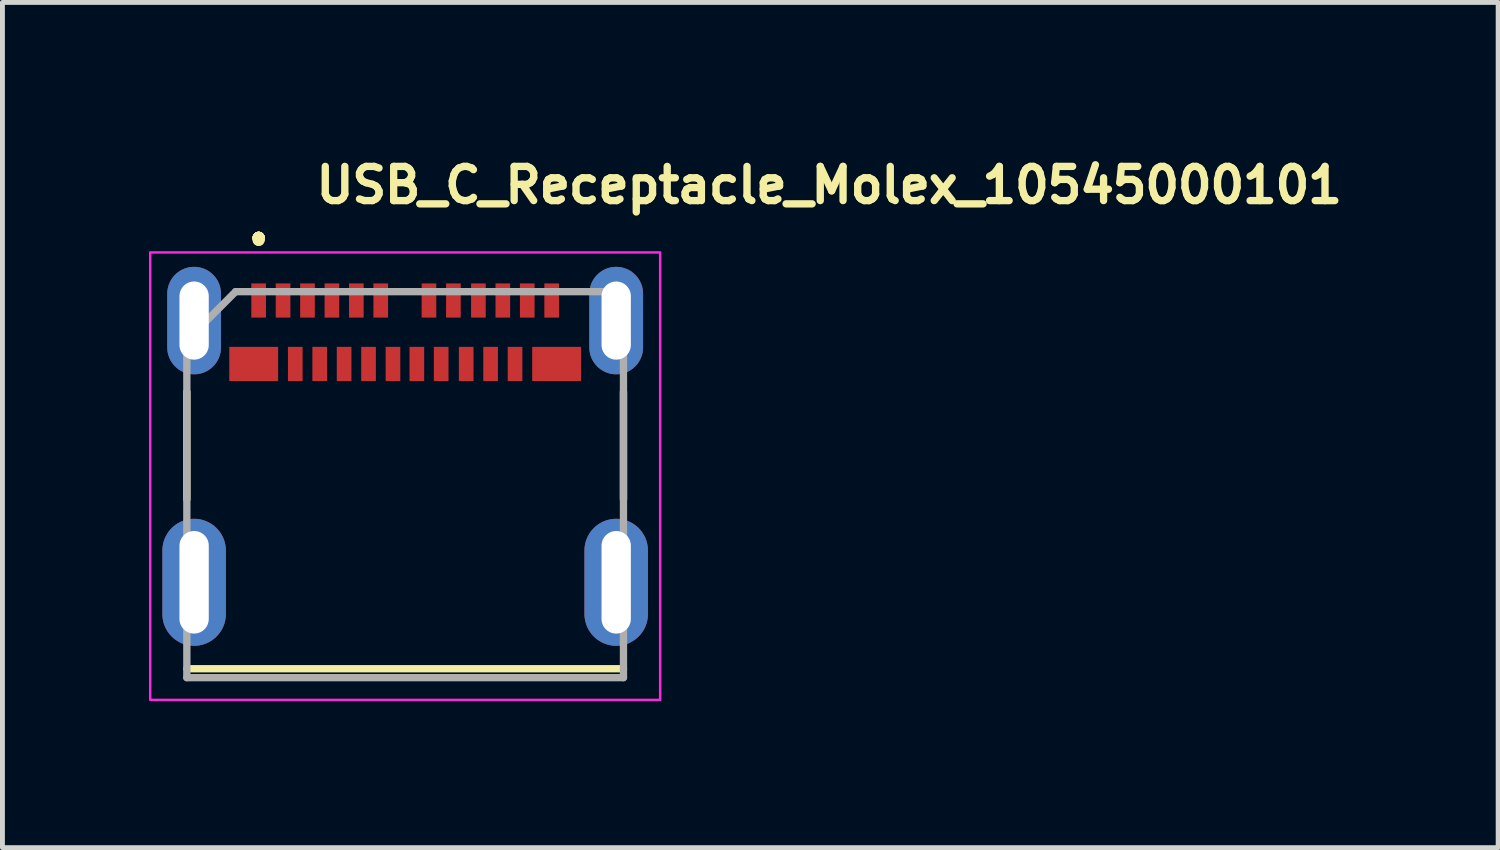
<source format=kicad_pcb>
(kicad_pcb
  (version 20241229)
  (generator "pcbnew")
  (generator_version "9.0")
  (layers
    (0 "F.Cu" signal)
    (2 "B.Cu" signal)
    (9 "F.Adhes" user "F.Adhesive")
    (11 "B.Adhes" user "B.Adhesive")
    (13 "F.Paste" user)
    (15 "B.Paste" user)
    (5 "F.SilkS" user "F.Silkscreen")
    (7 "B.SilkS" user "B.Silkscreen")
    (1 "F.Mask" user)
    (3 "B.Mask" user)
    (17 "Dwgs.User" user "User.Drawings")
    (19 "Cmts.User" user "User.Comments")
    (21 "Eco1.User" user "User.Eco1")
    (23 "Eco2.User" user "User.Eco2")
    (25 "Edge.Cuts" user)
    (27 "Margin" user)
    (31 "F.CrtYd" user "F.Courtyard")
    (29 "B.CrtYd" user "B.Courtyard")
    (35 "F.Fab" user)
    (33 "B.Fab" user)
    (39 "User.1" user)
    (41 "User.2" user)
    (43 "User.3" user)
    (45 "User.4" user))
  (footprint "USB_C_Receptacle_Molex_10545000101"
    (layer "F.Cu")
    (at 5.245 6.828)
    (property "Reference" "USB_C_Receptacle_Molex_10545000101" (at -1.901 -5.678 0) (layer "F.SilkS") (effects (font (size 0.7 0.7) (thickness 0.15)) (justify left bottom)))
    (attr smd)
    (fp_line (start -4.47 0.344) (end -4.47 -1.855) (stroke (width 0.15) (type solid)) (layer "F.SilkS"))
    (fp_line (start -4.47 3.813) (end 4.469 3.813) (stroke (width 0.15) (type solid)) (layer "F.SilkS"))
    (fp_line (start 4.469 0.344) (end 4.469 -1.855) (stroke (width 0.15) (type solid)) (layer "F.SilkS"))
    (fp_circle (center -3 -5.01) (end -2.952 -5.01) (stroke (width 0.15) (type solid)) (fill yes) (layer "F.SilkS"))
    (fp_circle (center -3 -5.01) (end -2.952 -5.01) (stroke (width 0.15) (type solid)) (fill yes) (layer "F.SilkS"))
    (fp_circle (center -3 -5.01) (end -2.952 -5.01) (stroke (width 0.15) (type solid)) (fill yes) (layer "F.SilkS"))
    (fp_circle (center -3 -5.01) (end -2.952 -5.01) (stroke (width 0.15) (type solid)) (fill yes) (layer "F.SilkS"))
    (fp_circle (center -3 -5.01) (end -2.952 -5.01) (stroke (width 0.15) (type solid)) (fill yes) (layer "F.SilkS"))
    (fp_circle (center -3 -5.01) (end -2.952 -5.01) (stroke (width 0.15) (type solid)) (fill yes) (layer "F.SilkS"))
    (fp_circle (center -3 -5.01) (end -2.952 -5.01) (stroke (width 0.15) (type solid)) (fill yes) (layer "F.SilkS"))
    (fp_circle (center -3 -5.01) (end -2.952 -5.01) (stroke (width 0.15) (type solid)) (fill yes) (layer "F.SilkS"))
    (fp_circle (center -3 -5.01) (end -2.952 -5.01) (stroke (width 0.15) (type solid)) (fill yes) (layer "F.SilkS"))
    (fp_circle (center -3 -5.01) (end -2.951 -5.01) (stroke (width 0.15) (type solid)) (fill yes) (layer "F.SilkS"))
    (fp_circle (center -3 -4.97) (end -2.952 -4.97) (stroke (width 0.15) (type solid)) (fill yes) (layer "F.SilkS"))
    (fp_circle (center -3 -4.965) (end -2.952 -4.965) (stroke (width 0.15) (type solid)) (fill yes) (layer "F.SilkS"))
    (fp_rect (start -5.22 -4.71) (end 5.22 4.45) (stroke (width 0.05) (type solid)) (fill no) (layer "F.CrtYd"))
    (fp_line (start -4.47 -2.907) (end -4.47 3.995) (stroke (width 0.15) (type solid)) (layer "F.Fab"))
    (fp_line (start -4.47 -2.907) (end -3.472 -3.907) (stroke (width 0.15) (type solid)) (layer "F.Fab"))
    (fp_line (start -4.47 3.995) (end 4.469 3.995) (stroke (width 0.15) (type solid)) (layer "F.Fab"))
    (fp_line (start 4.469 -3.907) (end -3.472 -3.907) (stroke (width 0.15) (type solid)) (layer "F.Fab"))
    (fp_line (start 4.469 3.995) (end 4.469 -3.907) (stroke (width 0.15) (type solid)) (layer "F.Fab"))
    (fp_rect (start -4.47 -3.951) (end 4.469 3.95) (stroke (width 0.1) (type solid)) (fill no) (layer "User.5"))
    (fp_rect (start -4.47 -3.951) (end 4.469 3.95) (stroke (width 0.1) (type solid)) (fill no) (layer "User.5"))
    (fp_rect (start -4.47 -3.951) (end 4.469 3.95) (stroke (width 0.1) (type solid)) (fill no) (layer "User.5"))
    (fp_rect (start -4.47 -3.951) (end 4.469 3.95) (stroke (width 0.1) (type solid)) (fill no) (layer "User.5"))
    (fp_rect (start -4.47 -3.951) (end 4.469 3.95) (stroke (width 0.1) (type solid)) (fill no) (layer "User.5"))
    (fp_rect (start -4.47 -3.951) (end 4.469 3.95) (stroke (width 0.1) (type solid)) (fill no) (layer "User.5"))
    (fp_rect (start -4.47 -3.951) (end 4.469 3.95) (stroke (width 0.1) (type solid)) (fill no) (layer "User.5"))
    (fp_rect (start -4.47 -3.951) (end 4.469 3.95) (stroke (width 0.1) (type solid)) (fill no) (layer "User.5"))
    (fp_rect (start -4.47 -3.951) (end 4.469 3.95) (stroke (width 0.1) (type solid)) (fill no) (layer "User.5"))
    (fp_rect (start -4.47 -3.951) (end 4.469 3.95) (stroke (width 0.1) (type solid)) (fill no) (layer "User.5"))
    (fp_rect (start -4.47 -3.951) (end 4.469 3.95) (stroke (width 0.1) (type solid)) (fill no) (layer "User.5"))
    (fp_line (start -4.47 -3.86) (end -4.47 -3.661) (stroke (width 0.02) (type solid)) (layer "User.9"))
    (fp_line (start -4.47 3.95) (end -4.47 -3.661) (stroke (width 0.02) (type solid)) (layer "User.9"))
    (fp_line (start -4.462 -3.661) (end -4.47 -3.661) (stroke (width 0.02) (type solid)) (layer "User.9"))
    (fp_line (start -4.462 -3.661) (end -4.462 -3.661) (stroke (width 0.02) (type solid)) (layer "User.9"))
    (fp_line (start -4.462 3.95) (end -4.47 3.95) (stroke (width 0.02) (type solid)) (layer "User.9"))
    (fp_line (start -4.462 3.95) (end -4.462 3.95) (stroke (width 0.02) (type solid)) (layer "User.9"))
    (fp_line (start -4.438 -3.661) (end -4.462 -3.661) (stroke (width 0.02) (type solid)) (layer "User.9"))
    (fp_line (start -4.438 -3.661) (end -4.438 -3.661) (stroke (width 0.02) (type solid)) (layer "User.9"))
    (fp_line (start -4.438 3.95) (end -4.462 3.95) (stroke (width 0.02) (type solid)) (layer "User.9"))
    (fp_line (start -4.438 3.95) (end -4.438 3.95) (stroke (width 0.02) (type solid)) (layer "User.9"))
    (fp_line (start -4.398 -3.661) (end -4.438 -3.661) (stroke (width 0.02) (type solid)) (layer "User.9"))
    (fp_line (start -4.398 -3.661) (end -4.398 -3.661) (stroke (width 0.02) (type solid)) (layer "User.9"))
    (fp_line (start -4.398 3.95) (end -4.438 3.95) (stroke (width 0.02) (type solid)) (layer "User.9"))
    (fp_line (start -4.398 3.95) (end -4.398 3.95) (stroke (width 0.02) (type solid)) (layer "User.9"))
    (fp_line (start -4.343 -3.661) (end -4.398 -3.661) (stroke (width 0.02) (type solid)) (layer "User.9"))
    (fp_line (start -4.343 -3.661) (end -4.343 -3.661) (stroke (width 0.02) (type solid)) (layer "User.9"))
    (fp_line (start -4.343 3.95) (end -4.398 3.95) (stroke (width 0.02) (type solid)) (layer "User.9"))
    (fp_line (start -4.343 3.95) (end -4.343 3.95) (stroke (width 0.02) (type solid)) (layer "User.9"))
    (fp_line (start -4.321 -3.86) (end -4.47 -3.86) (stroke (width 0.02) (type solid)) (layer "User.9"))
    (fp_line (start -4.321 -3.86) (end -4.17 -3.71) (stroke (width 0.02) (type solid)) (layer "User.9"))
    (fp_line (start -4.271 -3.661) (end -4.343 -3.661) (stroke (width 0.02) (type solid)) (layer "User.9"))
    (fp_line (start -4.271 -3.661) (end -4.271 -3.661) (stroke (width 0.02) (type solid)) (layer "User.9"))
    (fp_line (start -4.271 3.95) (end -4.343 3.95) (stroke (width 0.02) (type solid)) (layer "User.9"))
    (fp_line (start -4.271 3.95) (end -4.271 3.95) (stroke (width 0.02) (type solid)) (layer "User.9"))
    (fp_line (start -4.188 -3.661) (end -4.271 -3.661) (stroke (width 0.02) (type solid)) (layer "User.9"))
    (fp_line (start -4.188 -3.661) (end -4.188 -3.661) (stroke (width 0.02) (type solid)) (layer "User.9"))
    (fp_line (start -4.188 3.95) (end -4.271 3.95) (stroke (width 0.02) (type solid)) (layer "User.9"))
    (fp_line (start -4.188 3.95) (end -4.188 3.95) (stroke (width 0.02) (type solid)) (layer "User.9"))
    (fp_line (start -4.17 -3.71) (end -4.17 -3.661) (stroke (width 0.02) (type solid)) (layer "User.9"))
    (fp_line (start -4.09 -3.661) (end -4.188 -3.661) (stroke (width 0.02) (type solid)) (layer "User.9"))
    (fp_line (start -4.09 -3.661) (end -4.09 -3.661) (stroke (width 0.02) (type solid)) (layer "User.9"))
    (fp_line (start -4.09 3.95) (end -4.188 3.95) (stroke (width 0.02) (type solid)) (layer "User.9"))
    (fp_line (start -4.09 3.95) (end -4.09 3.95) (stroke (width 0.02) (type solid)) (layer "User.9"))
    (fp_line (start -3.981 -3.661) (end -4.09 -3.661) (stroke (width 0.02) (type solid)) (layer "User.9"))
    (fp_line (start -3.981 -3.661) (end -3.981 -3.661) (stroke (width 0.02) (type solid)) (layer "User.9"))
    (fp_line (start -3.981 3.95) (end -4.09 3.95) (stroke (width 0.02) (type solid)) (layer "User.9"))
    (fp_line (start -3.981 3.95) (end -3.981 3.95) (stroke (width 0.02) (type solid)) (layer "User.9"))
    (fp_line (start -3.863 -3.661) (end -3.981 -3.661) (stroke (width 0.02) (type solid)) (layer "User.9"))
    (fp_line (start -3.863 -3.661) (end -3.863 -3.661) (stroke (width 0.02) (type solid)) (layer "User.9"))
    (fp_line (start -3.863 3.95) (end -3.981 3.95) (stroke (width 0.02) (type solid)) (layer "User.9"))
    (fp_line (start -3.863 3.95) (end -3.863 3.95) (stroke (width 0.02) (type solid)) (layer "User.9"))
    (fp_line (start -3.847 -3.661) (end -3.847 -3.911) (stroke (width 0.02) (type solid)) (layer "User.9"))
    (fp_line (start -3.714 -3.911) (end -3.847 -3.911) (stroke (width 0.02) (type solid)) (layer "User.9"))
    (fp_line (start -3.714 -3.911) (end -3.714 -3.911) (stroke (width 0.02) (type solid)) (layer "User.9"))
    (fp_line (start -3.601 -3.661) (end -3.863 -3.661) (stroke (width 0.02) (type solid)) (layer "User.9"))
    (fp_line (start -3.601 -3.661) (end -3.601 -3.661) (stroke (width 0.02) (type solid)) (layer "User.9"))
    (fp_line (start -3.601 3.95) (end -3.863 3.95) (stroke (width 0.02) (type solid)) (layer "User.9"))
    (fp_line (start -3.601 3.95) (end -3.601 3.95) (stroke (width 0.02) (type solid)) (layer "User.9"))
    (fp_line (start -3.395 -3.911) (end -3.714 -3.911) (stroke (width 0.02) (type solid)) (layer "User.9"))
    (fp_line (start -3.17 -3.661) (end -3.601 -3.661) (stroke (width 0.02) (type solid)) (layer "User.9"))
    (fp_line (start -3.17 -3.661) (end -2.452 -3.661) (stroke (width 0.02) (type solid)) (layer "User.9"))
    (fp_line (start -3.17 3.95) (end -3.601 3.95) (stroke (width 0.02) (type solid)) (layer "User.9"))
    (fp_line (start -3.101 -3.951) (end -3.101 -3.911) (stroke (width 0.02) (type solid)) (layer "User.9"))
    (fp_line (start -2.9 -3.951) (end -3.101 -3.951) (stroke (width 0.02) (type solid)) (layer "User.9"))
    (fp_line (start -2.9 -3.951) (end -2.9 -3.911) (stroke (width 0.02) (type solid)) (layer "User.9"))
    (fp_line (start -2.802 -2.73) (end -2.802 -2.431) (stroke (width 0.02) (type solid)) (layer "User.9"))
    (fp_line (start -2.802 -2.445) (end -2.802 -2.431) (stroke (width 0.02) (type solid)) (layer "User.9"))
    (fp_line (start -2.802 -2.431) (end -2.802 -1.831) (stroke (width 0.02) (type solid)) (layer "User.9"))
    (fp_line (start -2.802 -1.831) (end -2.802 -1.817) (stroke (width 0.02) (type solid)) (layer "User.9"))
    (fp_line (start -2.802 -1.831) (end -2.802 -1.53) (stroke (width 0.02) (type solid)) (layer "User.9"))
    (fp_line (start -2.802 -1.831) (end -1.276 -1.831) (stroke (width 0.02) (type solid)) (layer "User.9"))
    (fp_line (start -2.802 -1.817) (end -2.799 -1.801) (stroke (width 0.02) (type solid)) (layer "User.9"))
    (fp_line (start -2.802 -1.53) (end -2.5 -1.53) (stroke (width 0.02) (type solid)) (layer "User.9"))
    (fp_line (start -2.799 -2.46) (end -2.802 -2.445) (stroke (width 0.02) (type solid)) (layer "User.9"))
    (fp_line (start -2.799 -1.801) (end -2.798 -1.786) (stroke (width 0.02) (type solid)) (layer "User.9"))
    (fp_line (start -2.798 -2.476) (end -2.799 -2.46) (stroke (width 0.02) (type solid)) (layer "User.9"))
    (fp_line (start -2.798 -1.786) (end -2.795 -1.772) (stroke (width 0.02) (type solid)) (layer "User.9"))
    (fp_line (start -2.795 -2.489) (end -2.798 -2.476) (stroke (width 0.02) (type solid)) (layer "User.9"))
    (fp_line (start -2.795 -1.772) (end -2.791 -1.758) (stroke (width 0.02) (type solid)) (layer "User.9"))
    (fp_line (start -2.791 -2.504) (end -2.795 -2.489) (stroke (width 0.02) (type solid)) (layer "User.9"))
    (fp_line (start -2.791 -1.758) (end -2.79 -1.744) (stroke (width 0.02) (type solid)) (layer "User.9"))
    (fp_line (start -2.79 -2.52) (end -2.791 -2.504) (stroke (width 0.02) (type solid)) (layer "User.9"))
    (fp_line (start -2.79 -1.744) (end -2.783 -1.73) (stroke (width 0.02) (type solid)) (layer "User.9"))
    (fp_line (start -2.783 -2.532) (end -2.79 -2.52) (stroke (width 0.02) (type solid)) (layer "User.9"))
    (fp_line (start -2.783 -1.73) (end -2.778 -1.716) (stroke (width 0.02) (type solid)) (layer "User.9"))
    (fp_line (start -2.778 -2.545) (end -2.783 -2.532) (stroke (width 0.02) (type solid)) (layer "User.9"))
    (fp_line (start -2.778 -1.716) (end -2.774 -1.702) (stroke (width 0.02) (type solid)) (layer "User.9"))
    (fp_line (start -2.774 -2.56) (end -2.778 -2.545) (stroke (width 0.02) (type solid)) (layer "User.9"))
    (fp_line (start -2.774 -1.702) (end -2.766 -1.69) (stroke (width 0.02) (type solid)) (layer "User.9"))
    (fp_line (start -2.766 -2.573) (end -2.774 -2.56) (stroke (width 0.02) (type solid)) (layer "User.9"))
    (fp_line (start -2.766 -1.69) (end -2.758 -1.676) (stroke (width 0.02) (type solid)) (layer "User.9"))
    (fp_line (start -2.758 -2.585) (end -2.766 -2.573) (stroke (width 0.02) (type solid)) (layer "User.9"))
    (fp_line (start -2.758 -1.676) (end -2.75 -1.666) (stroke (width 0.02) (type solid)) (layer "User.9"))
    (fp_line (start -2.75 -2.597) (end -2.758 -2.585) (stroke (width 0.02) (type solid)) (layer "User.9"))
    (fp_line (start -2.75 -1.666) (end -2.742 -1.653) (stroke (width 0.02) (type solid)) (layer "User.9"))
    (fp_line (start -2.742 -2.609) (end -2.75 -2.597) (stroke (width 0.02) (type solid)) (layer "User.9"))
    (fp_line (start -2.742 -1.653) (end -2.734 -1.641) (stroke (width 0.02) (type solid)) (layer "User.9"))
    (fp_line (start -2.734 -2.621) (end -2.742 -2.609) (stroke (width 0.02) (type solid)) (layer "User.9"))
    (fp_line (start -2.734 -1.641) (end -2.723 -1.629) (stroke (width 0.02) (type solid)) (layer "User.9"))
    (fp_line (start -2.723 -2.633) (end -2.734 -2.621) (stroke (width 0.02) (type solid)) (layer "User.9"))
    (fp_line (start -2.723 -1.629) (end -2.714 -1.619) (stroke (width 0.02) (type solid)) (layer "User.9"))
    (fp_line (start -2.714 -2.645) (end -2.723 -2.633) (stroke (width 0.02) (type solid)) (layer "User.9"))
    (fp_line (start -2.714 -2.645) (end -2.714 -2.645) (stroke (width 0.02) (type solid)) (layer "User.9"))
    (fp_line (start -2.714 -1.619) (end -2.714 -1.619) (stroke (width 0.02) (type solid)) (layer "User.9"))
    (fp_line (start -2.714 -1.619) (end -2.702 -1.609) (stroke (width 0.02) (type solid)) (layer "User.9"))
    (fp_line (start -2.702 -2.653) (end -2.714 -2.645) (stroke (width 0.02) (type solid)) (layer "User.9"))
    (fp_line (start -2.702 -1.609) (end -2.691 -1.599) (stroke (width 0.02) (type solid)) (layer "User.9"))
    (fp_line (start -2.695 -1.099) (end -2.695 -1.121) (stroke (width 0.02) (type solid)) (layer "User.9"))
    (fp_line (start -2.695 -1.099) (end -2.645 -1.099) (stroke (width 0.02) (type solid)) (layer "User.9"))
    (fp_line (start -2.695 -0.784) (end -2.645 -0.784) (stroke (width 0.02) (type solid)) (layer "User.9"))
    (fp_line (start -2.695 -0.75) (end -2.695 -0.784) (stroke (width 0.02) (type solid)) (layer "User.9"))
    (fp_line (start -2.691 -2.665) (end -2.702 -2.653) (stroke (width 0.02) (type solid)) (layer "User.9"))
    (fp_line (start -2.691 -1.599) (end -2.681 -1.589) (stroke (width 0.02) (type solid)) (layer "User.9"))
    (fp_line (start -2.685 -0.784) (end -2.661 -0.75) (stroke (width 0.02) (type solid)) (layer "User.9"))
    (fp_line (start -2.681 -2.673) (end -2.691 -2.665) (stroke (width 0.02) (type solid)) (layer "User.9"))
    (fp_line (start -2.681 -1.589) (end -2.669 -1.581) (stroke (width 0.02) (type solid)) (layer "User.9"))
    (fp_line (start -2.669 -2.681) (end -2.681 -2.673) (stroke (width 0.02) (type solid)) (layer "User.9"))
    (fp_line (start -2.669 -1.581) (end -2.657 -1.573) (stroke (width 0.02) (type solid)) (layer "User.9"))
    (fp_line (start -2.661 -0.75) (end -2.695 -0.75) (stroke (width 0.02) (type solid)) (layer "User.9"))
    (fp_line (start -2.657 -2.69) (end -2.669 -2.681) (stroke (width 0.02) (type solid)) (layer "User.9"))
    (fp_line (start -2.657 -1.573) (end -2.642 -1.567) (stroke (width 0.02) (type solid)) (layer "User.9"))
    (fp_line (start -2.645 -1.099) (end -2.356 -1.099) (stroke (width 0.02) (type solid)) (layer "User.9"))
    (fp_line (start -2.645 -0.784) (end -2.356 -0.784) (stroke (width 0.02) (type solid)) (layer "User.9"))
    (fp_line (start -2.642 -2.695) (end -2.657 -2.69) (stroke (width 0.02) (type solid)) (layer "User.9"))
    (fp_line (start -2.642 -1.567) (end -2.629 -1.559) (stroke (width 0.02) (type solid)) (layer "User.9"))
    (fp_line (start -2.629 -2.702) (end -2.642 -2.695) (stroke (width 0.02) (type solid)) (layer "User.9"))
    (fp_line (start -2.629 -1.559) (end -2.617 -1.553) (stroke (width 0.02) (type solid)) (layer "User.9"))
    (fp_line (start -2.617 -2.71) (end -2.629 -2.702) (stroke (width 0.02) (type solid)) (layer "User.9"))
    (fp_line (start -2.617 -1.553) (end -2.602 -1.549) (stroke (width 0.02) (type solid)) (layer "User.9"))
    (fp_line (start -2.614 -2.282) (end -2.614 -1.831) (stroke (width 0.02) (type solid)) (layer "User.9"))
    (fp_line (start -2.602 -2.714) (end -2.617 -2.71) (stroke (width 0.02) (type solid)) (layer "User.9"))
    (fp_line (start -2.602 -1.549) (end -2.589 -1.543) (stroke (width 0.02) (type solid)) (layer "User.9"))
    (fp_line (start -2.601 -3.951) (end -2.601 -3.911) (stroke (width 0.02) (type solid)) (layer "User.9"))
    (fp_line (start -2.589 -2.718) (end -2.602 -2.714) (stroke (width 0.02) (type solid)) (layer "User.9"))
    (fp_line (start -2.589 -1.543) (end -2.574 -1.541) (stroke (width 0.02) (type solid)) (layer "User.9"))
    (fp_line (start -2.574 -2.722) (end -2.589 -2.718) (stroke (width 0.02) (type solid)) (layer "User.9"))
    (fp_line (start -2.574 -1.541) (end -2.56 -1.536) (stroke (width 0.02) (type solid)) (layer "User.9"))
    (fp_line (start -2.56 -2.726) (end -2.574 -2.722) (stroke (width 0.02) (type solid)) (layer "User.9"))
    (fp_line (start -2.56 -1.536) (end -2.545 -1.534) (stroke (width 0.02) (type solid)) (layer "User.9"))
    (fp_line (start -2.545 -2.727) (end -2.56 -2.726) (stroke (width 0.02) (type solid)) (layer "User.9"))
    (fp_line (start -2.545 -1.534) (end -2.532 -1.532) (stroke (width 0.02) (type solid)) (layer "User.9"))
    (fp_line (start -2.532 -2.73) (end -2.545 -2.727) (stroke (width 0.02) (type solid)) (layer "User.9"))
    (fp_line (start -2.532 -1.532) (end -2.516 -1.532) (stroke (width 0.02) (type solid)) (layer "User.9"))
    (fp_line (start -2.516 -2.73) (end -2.532 -2.73) (stroke (width 0.02) (type solid)) (layer "User.9"))
    (fp_line (start -2.516 -1.532) (end -2.5 -1.53) (stroke (width 0.02) (type solid)) (layer "User.9"))
    (fp_line (start -2.5 -2.73) (end -2.802 -2.73) (stroke (width 0.02) (type solid)) (layer "User.9"))
    (fp_line (start -2.5 -2.73) (end -2.516 -2.73) (stroke (width 0.02) (type solid)) (layer "User.9"))
    (fp_line (start -2.5 -1.53) (end -1 -1.53) (stroke (width 0.02) (type solid)) (layer "User.9"))
    (fp_line (start -2.452 -3.661) (end -2.452 -3.512) (stroke (width 0.02) (type solid)) (layer "User.9"))
    (fp_line (start -2.452 -3.61) (end -2.05 -3.61) (stroke (width 0.02) (type solid)) (layer "User.9"))
    (fp_line (start -2.452 -3.512) (end -2.452 -3.497) (stroke (width 0.02) (type solid)) (layer "User.9"))
    (fp_line (start -2.452 -3.497) (end -2.449 -3.484) (stroke (width 0.02) (type solid)) (layer "User.9"))
    (fp_line (start -2.449 -3.484) (end -2.448 -3.472) (stroke (width 0.02) (type solid)) (layer "User.9"))
    (fp_line (start -2.448 -3.472) (end -2.444 -3.46) (stroke (width 0.02) (type solid)) (layer "User.9"))
    (fp_line (start -2.444 -3.46) (end -2.44 -3.447) (stroke (width 0.02) (type solid)) (layer "User.9"))
    (fp_line (start -2.44 -3.447) (end -2.436 -3.435) (stroke (width 0.02) (type solid)) (layer "User.9"))
    (fp_line (start -2.436 -3.435) (end -2.431 -3.423) (stroke (width 0.02) (type solid)) (layer "User.9"))
    (fp_line (start -2.431 -3.423) (end -2.424 -3.411) (stroke (width 0.02) (type solid)) (layer "User.9"))
    (fp_line (start -2.424 -3.411) (end -2.419 -3.4) (stroke (width 0.02) (type solid)) (layer "User.9"))
    (fp_line (start -2.419 -3.4) (end -2.411 -3.391) (stroke (width 0.02) (type solid)) (layer "User.9"))
    (fp_line (start -2.411 -3.391) (end -2.403 -3.379) (stroke (width 0.02) (type solid)) (layer "User.9"))
    (fp_line (start -2.403 -3.379) (end -2.392 -3.371) (stroke (width 0.02) (type solid)) (layer "User.9"))
    (fp_line (start -2.4 -3.951) (end -2.601 -3.951) (stroke (width 0.02) (type solid)) (layer "User.9"))
    (fp_line (start -2.4 -3.951) (end -2.4 -3.911) (stroke (width 0.02) (type solid)) (layer "User.9"))
    (fp_line (start -2.392 -3.371) (end -2.383 -3.36) (stroke (width 0.02) (type solid)) (layer "User.9"))
    (fp_line (start -2.383 -3.36) (end -2.375 -3.352) (stroke (width 0.02) (type solid)) (layer "User.9"))
    (fp_line (start -2.375 -3.352) (end -2.363 -3.344) (stroke (width 0.02) (type solid)) (layer "User.9"))
    (fp_line (start -2.372 -2.29) (end -2.372 -2.282) (stroke (width 0.02) (type solid)) (layer "User.9"))
    (fp_line (start -2.372 -2.282) (end -2.802 -2.282) (stroke (width 0.02) (type solid)) (layer "User.9"))
    (fp_line (start -2.372 -2.282) (end -2.372 -1.98) (stroke (width 0.02) (type solid)) (layer "User.9"))
    (fp_line (start -2.372 -1.98) (end -2.372 -1.974) (stroke (width 0.02) (type solid)) (layer "User.9"))
    (fp_line (start -2.372 -1.974) (end -2.371 -1.966) (stroke (width 0.02) (type solid)) (layer "User.9"))
    (fp_line (start -2.371 -2.311) (end -2.371 -2.303) (stroke (width 0.02) (type solid)) (layer "User.9"))
    (fp_line (start -2.371 -2.303) (end -2.371 -2.298) (stroke (width 0.02) (type solid)) (layer "User.9"))
    (fp_line (start -2.371 -2.298) (end -2.372 -2.29) (stroke (width 0.02) (type solid)) (layer "User.9"))
    (fp_line (start -2.371 -1.966) (end -2.371 -1.958) (stroke (width 0.02) (type solid)) (layer "User.9"))
    (fp_line (start -2.371 -1.958) (end -2.371 -1.95) (stroke (width 0.02) (type solid)) (layer "User.9"))
    (fp_line (start -2.371 -1.95) (end -2.367 -1.944) (stroke (width 0.02) (type solid)) (layer "User.9"))
    (fp_line (start -2.367 -2.327) (end -2.367 -2.319) (stroke (width 0.02) (type solid)) (layer "User.9"))
    (fp_line (start -2.367 -2.319) (end -2.371 -2.311) (stroke (width 0.02) (type solid)) (layer "User.9"))
    (fp_line (start -2.367 -1.944) (end -2.367 -1.936) (stroke (width 0.02) (type solid)) (layer "User.9"))
    (fp_line (start -2.367 -1.936) (end -2.363 -1.93) (stroke (width 0.02) (type solid)) (layer "User.9"))
    (fp_line (start -2.363 -3.344) (end -2.351 -3.339) (stroke (width 0.02) (type solid)) (layer "User.9"))
    (fp_line (start -2.363 -2.332) (end -2.367 -2.327) (stroke (width 0.02) (type solid)) (layer "User.9"))
    (fp_line (start -2.363 -1.93) (end -2.36 -1.922) (stroke (width 0.02) (type solid)) (layer "User.9"))
    (fp_line (start -2.36 -2.339) (end -2.363 -2.332) (stroke (width 0.02) (type solid)) (layer "User.9"))
    (fp_line (start -2.36 -1.922) (end -2.359 -1.915) (stroke (width 0.02) (type solid)) (layer "User.9"))
    (fp_line (start -2.359 -2.347) (end -2.36 -2.339) (stroke (width 0.02) (type solid)) (layer "User.9"))
    (fp_line (start -2.359 -1.915) (end -2.355 -1.909) (stroke (width 0.02) (type solid)) (layer "User.9"))
    (fp_line (start -2.356 -1.099) (end -1.986 -1.099) (stroke (width 0.02) (type solid)) (layer "User.9"))
    (fp_line (start -2.356 -0.784) (end -1.986 -0.784) (stroke (width 0.02) (type solid)) (layer "User.9"))
    (fp_line (start -2.355 -2.352) (end -2.359 -2.347) (stroke (width 0.02) (type solid)) (layer "User.9"))
    (fp_line (start -2.355 -1.909) (end -2.351 -1.903) (stroke (width 0.02) (type solid)) (layer "User.9"))
    (fp_line (start -2.351 -3.339) (end -2.351 -3.339) (stroke (width 0.02) (type solid)) (layer "User.9"))
    (fp_line (start -2.351 -3.339) (end -2.339 -3.331) (stroke (width 0.02) (type solid)) (layer "User.9"))
    (fp_line (start -2.351 -2.359) (end -2.355 -2.352) (stroke (width 0.02) (type solid)) (layer "User.9"))
    (fp_line (start -2.351 -1.903) (end -2.347 -1.897) (stroke (width 0.02) (type solid)) (layer "User.9"))
    (fp_line (start -2.347 -2.364) (end -2.351 -2.359) (stroke (width 0.02) (type solid)) (layer "User.9"))
    (fp_line (start -2.347 -1.897) (end -2.343 -1.891) (stroke (width 0.02) (type solid)) (layer "User.9"))
    (fp_line (start -2.343 -2.371) (end -2.347 -2.364) (stroke (width 0.02) (type solid)) (layer "User.9"))
    (fp_line (start -2.343 -1.891) (end -2.339 -1.885) (stroke (width 0.02) (type solid)) (layer "User.9"))
    (fp_line (start -2.339 -3.331) (end -2.327 -3.326) (stroke (width 0.02) (type solid)) (layer "User.9"))
    (fp_line (start -2.339 -2.376) (end -2.343 -2.371) (stroke (width 0.02) (type solid)) (layer "User.9"))
    (fp_line (start -2.339 -1.885) (end -2.335 -1.881) (stroke (width 0.02) (type solid)) (layer "User.9"))
    (fp_line (start -2.335 -2.383) (end -2.339 -2.376) (stroke (width 0.02) (type solid)) (layer "User.9"))
    (fp_line (start -2.335 -1.881) (end -2.331 -1.875) (stroke (width 0.02) (type solid)) (layer "User.9"))
    (fp_line (start -2.331 -2.387) (end -2.335 -2.383) (stroke (width 0.02) (type solid)) (layer "User.9"))
    (fp_line (start -2.331 -1.875) (end -2.323 -1.869) (stroke (width 0.02) (type solid)) (layer "User.9"))
    (fp_line (start -2.327 -3.326) (end -2.315 -3.322) (stroke (width 0.02) (type solid)) (layer "User.9"))
    (fp_line (start -2.323 -2.392) (end -2.331 -2.387) (stroke (width 0.02) (type solid)) (layer "User.9"))
    (fp_line (start -2.323 -1.869) (end -2.319 -1.865) (stroke (width 0.02) (type solid)) (layer "User.9"))
    (fp_line (start -2.32 -1.121) (end -2.32 -1.099) (stroke (width 0.02) (type solid)) (layer "User.9"))
    (fp_line (start -2.32 -0.784) (end -2.32 -0.75) (stroke (width 0.02) (type solid)) (layer "User.9"))
    (fp_line (start -2.319 -2.396) (end -2.323 -2.392) (stroke (width 0.02) (type solid)) (layer "User.9"))
    (fp_line (start -2.319 -1.865) (end -2.315 -1.861) (stroke (width 0.02) (type solid)) (layer "User.9"))
    (fp_line (start -2.315 -3.322) (end -2.302 -3.318) (stroke (width 0.02) (type solid)) (layer "User.9"))
    (fp_line (start -2.315 -2.403) (end -2.319 -2.396) (stroke (width 0.02) (type solid)) (layer "User.9"))
    (fp_line (start -2.315 -1.861) (end -2.307 -1.857) (stroke (width 0.02) (type solid)) (layer "User.9"))
    (fp_line (start -2.307 -2.407) (end -2.315 -2.403) (stroke (width 0.02) (type solid)) (layer "User.9"))
    (fp_line (start -2.307 -1.857) (end -2.302 -1.853) (stroke (width 0.02) (type solid)) (layer "User.9"))
    (fp_line (start -2.302 -3.318) (end -2.29 -3.314) (stroke (width 0.02) (type solid)) (layer "User.9"))
    (fp_line (start -2.302 -2.411) (end -2.307 -2.407) (stroke (width 0.02) (type solid)) (layer "User.9"))
    (fp_line (start -2.302 -1.853) (end -2.295 -1.849) (stroke (width 0.02) (type solid)) (layer "User.9"))
    (fp_line (start -2.295 -2.412) (end -2.302 -2.411) (stroke (width 0.02) (type solid)) (layer "User.9"))
    (fp_line (start -2.295 -1.849) (end -2.29 -1.845) (stroke (width 0.02) (type solid)) (layer "User.9"))
    (fp_line (start -2.29 -3.314) (end -2.278 -3.314) (stroke (width 0.02) (type solid)) (layer "User.9"))
    (fp_line (start -2.29 -2.416) (end -2.295 -2.412) (stroke (width 0.02) (type solid)) (layer "User.9"))
    (fp_line (start -2.29 -1.845) (end -2.282 -1.843) (stroke (width 0.02) (type solid)) (layer "User.9"))
    (fp_line (start -2.282 -2.419) (end -2.29 -2.416) (stroke (width 0.02) (type solid)) (layer "User.9"))
    (fp_line (start -2.282 -1.843) (end -2.275 -1.841) (stroke (width 0.02) (type solid)) (layer "User.9"))
    (fp_line (start -2.278 -3.314) (end -2.263 -3.311) (stroke (width 0.02) (type solid)) (layer "User.9"))
    (fp_line (start -2.275 -2.423) (end -2.282 -2.419) (stroke (width 0.02) (type solid)) (layer "User.9"))
    (fp_line (start -2.275 -1.841) (end -2.27 -1.837) (stroke (width 0.02) (type solid)) (layer "User.9"))
    (fp_line (start -2.27 -2.424) (end -2.275 -2.423) (stroke (width 0.02) (type solid)) (layer "User.9"))
    (fp_line (start -2.27 -1.837) (end -2.262 -1.835) (stroke (width 0.02) (type solid)) (layer "User.9"))
    (fp_line (start -2.263 -3.311) (end -2.25 -3.31) (stroke (width 0.02) (type solid)) (layer "User.9"))
    (fp_line (start -2.262 -2.427) (end -2.27 -2.424) (stroke (width 0.02) (type solid)) (layer "User.9"))
    (fp_line (start -2.262 -1.835) (end -2.254 -1.835) (stroke (width 0.02) (type solid)) (layer "User.9"))
    (fp_line (start -2.254 -2.427) (end -2.262 -2.427) (stroke (width 0.02) (type solid)) (layer "User.9"))
    (fp_line (start -2.254 -1.835) (end -2.247 -1.833) (stroke (width 0.02) (type solid)) (layer "User.9"))
    (fp_line (start -2.25 -3.31) (end -2.238 -3.311) (stroke (width 0.02) (type solid)) (layer "User.9"))
    (fp_line (start -2.247 -2.431) (end -2.254 -2.427) (stroke (width 0.02) (type solid)) (layer "User.9"))
    (fp_line (start -2.247 -1.833) (end -2.239 -1.831) (stroke (width 0.02) (type solid)) (layer "User.9"))
    (fp_line (start -2.239 -2.431) (end -2.247 -2.431) (stroke (width 0.02) (type solid)) (layer "User.9"))
    (fp_line (start -2.239 -1.831) (end -2.234 -1.831) (stroke (width 0.02) (type solid)) (layer "User.9"))
    (fp_line (start -2.238 -3.311) (end -2.226 -3.314) (stroke (width 0.02) (type solid)) (layer "User.9"))
    (fp_line (start -2.234 -2.431) (end -2.239 -2.431) (stroke (width 0.02) (type solid)) (layer "User.9"))
    (fp_line (start -2.234 -1.831) (end -2.226 -1.831) (stroke (width 0.02) (type solid)) (layer "User.9"))
    (fp_line (start -2.226 -3.314) (end -2.214 -3.314) (stroke (width 0.02) (type solid)) (layer "User.9"))
    (fp_line (start -2.226 -2.431) (end -2.234 -2.431) (stroke (width 0.02) (type solid)) (layer "User.9"))
    (fp_line (start -2.226 -1.831) (end -1.276 -1.831) (stroke (width 0.02) (type solid)) (layer "User.9"))
    (fp_line (start -2.214 -3.314) (end -2.199 -3.318) (stroke (width 0.02) (type solid)) (layer "User.9"))
    (fp_line (start -2.199 -3.318) (end -2.187 -3.322) (stroke (width 0.02) (type solid)) (layer "User.9"))
    (fp_line (start -2.187 -3.322) (end -2.174 -3.326) (stroke (width 0.02) (type solid)) (layer "User.9"))
    (fp_line (start -2.174 -3.326) (end -2.162 -3.331) (stroke (width 0.02) (type solid)) (layer "User.9"))
    (fp_line (start -2.162 -3.331) (end -2.15 -3.339) (stroke (width 0.02) (type solid)) (layer "User.9"))
    (fp_line (start -2.15 -3.339) (end -2.15 -3.339) (stroke (width 0.02) (type solid)) (layer "User.9"))
    (fp_line (start -2.15 -3.339) (end -2.145 -3.343) (stroke (width 0.02) (type solid)) (layer "User.9"))
    (fp_line (start -2.145 -3.343) (end -2.141 -3.344) (stroke (width 0.02) (type solid)) (layer "User.9"))
    (fp_line (start -2.141 -3.344) (end -2.134 -3.348) (stroke (width 0.02) (type solid)) (layer "User.9"))
    (fp_line (start -2.134 -3.348) (end -2.129 -3.352) (stroke (width 0.02) (type solid)) (layer "User.9"))
    (fp_line (start -2.129 -3.352) (end -2.125 -3.356) (stroke (width 0.02) (type solid)) (layer "User.9"))
    (fp_line (start -2.125 -3.356) (end -2.118 -3.36) (stroke (width 0.02) (type solid)) (layer "User.9"))
    (fp_line (start -2.118 -3.36) (end -2.113 -3.367) (stroke (width 0.02) (type solid)) (layer "User.9"))
    (fp_line (start -2.113 -3.367) (end -2.109 -3.371) (stroke (width 0.02) (type solid)) (layer "User.9"))
    (fp_line (start -2.109 -3.371) (end -2.105 -3.375) (stroke (width 0.02) (type solid)) (layer "User.9"))
    (fp_line (start -2.105 -3.375) (end -2.101 -3.379) (stroke (width 0.02) (type solid)) (layer "User.9"))
    (fp_line (start -2.101 -3.951) (end -2.101 -3.911) (stroke (width 0.02) (type solid)) (layer "User.9"))
    (fp_line (start -2.101 -3.379) (end -2.097 -3.384) (stroke (width 0.02) (type solid)) (layer "User.9"))
    (fp_line (start -2.097 -3.384) (end -2.093 -3.391) (stroke (width 0.02) (type solid)) (layer "User.9"))
    (fp_line (start -2.093 -3.391) (end -2.089 -3.395) (stroke (width 0.02) (type solid)) (layer "User.9"))
    (fp_line (start -2.089 -3.395) (end -2.085 -3.4) (stroke (width 0.02) (type solid)) (layer "User.9"))
    (fp_line (start -2.085 -3.4) (end -2.081 -3.407) (stroke (width 0.02) (type solid)) (layer "User.9"))
    (fp_line (start -2.081 -3.407) (end -2.077 -3.411) (stroke (width 0.02) (type solid)) (layer "User.9"))
    (fp_line (start -2.077 -3.411) (end -2.074 -3.416) (stroke (width 0.02) (type solid)) (layer "User.9"))
    (fp_line (start -2.074 -3.416) (end -2.073 -3.423) (stroke (width 0.02) (type solid)) (layer "User.9"))
    (fp_line (start -2.073 -3.423) (end -2.069 -3.428) (stroke (width 0.02) (type solid)) (layer "User.9"))
    (fp_line (start -2.069 -3.428) (end -2.066 -3.435) (stroke (width 0.02) (type solid)) (layer "User.9"))
    (fp_line (start -2.066 -3.435) (end -2.065 -3.44) (stroke (width 0.02) (type solid)) (layer "User.9"))
    (fp_line (start -2.065 -3.44) (end -2.061 -3.447) (stroke (width 0.02) (type solid)) (layer "User.9"))
    (fp_line (start -2.061 -3.452) (end -2.057 -3.46) (stroke (width 0.02) (type solid)) (layer "User.9"))
    (fp_line (start -2.061 -3.447) (end -2.061 -3.452) (stroke (width 0.02) (type solid)) (layer "User.9"))
    (fp_line (start -2.057 -3.465) (end -2.054 -3.472) (stroke (width 0.02) (type solid)) (layer "User.9"))
    (fp_line (start -2.057 -3.46) (end -2.444 -3.46) (stroke (width 0.02) (type solid)) (layer "User.9"))
    (fp_line (start -2.057 -3.46) (end -2.057 -3.465) (stroke (width 0.02) (type solid)) (layer "User.9"))
    (fp_line (start -2.054 -3.472) (end -2.053 -3.477) (stroke (width 0.02) (type solid)) (layer "User.9"))
    (fp_line (start -2.053 -3.504) (end -2.05 -3.512) (stroke (width 0.02) (type solid)) (layer "User.9"))
    (fp_line (start -2.053 -3.497) (end -2.053 -3.504) (stroke (width 0.02) (type solid)) (layer "User.9"))
    (fp_line (start -2.053 -3.492) (end -2.053 -3.497) (stroke (width 0.02) (type solid)) (layer "User.9"))
    (fp_line (start -2.053 -3.484) (end -2.053 -3.492) (stroke (width 0.02) (type solid)) (layer "User.9"))
    (fp_line (start -2.053 -3.477) (end -2.053 -3.484) (stroke (width 0.02) (type solid)) (layer "User.9"))
    (fp_line (start -2.05 -3.911) (end -3.395 -3.911) (stroke (width 0.02) (type solid)) (layer "User.9"))
    (fp_line (start -2.05 -3.81) (end -2.05 -3.911) (stroke (width 0.02) (type solid)) (layer "User.9"))
    (fp_line (start -2.05 -3.81) (end -2.05 -3.81) (stroke (width 0.02) (type solid)) (layer "User.9"))
    (fp_line (start -2.05 -3.56) (end -2.05 -3.81) (stroke (width 0.02) (type solid)) (layer "User.9"))
    (fp_line (start -2.05 -3.56) (end -2.05 -3.512) (stroke (width 0.02) (type solid)) (layer "User.9"))
    (fp_line (start -1.986 -1.099) (end -1.756 -1.099) (stroke (width 0.02) (type solid)) (layer "User.9"))
    (fp_line (start -1.986 -0.784) (end -1.756 -0.784) (stroke (width 0.02) (type solid)) (layer "User.9"))
    (fp_line (start -1.901 -3.951) (end -2.101 -3.951) (stroke (width 0.02) (type solid)) (layer "User.9"))
    (fp_line (start -1.901 -3.951) (end -1.901 -3.911) (stroke (width 0.02) (type solid)) (layer "User.9"))
    (fp_line (start -1.756 -1.099) (end -1.385 -1.099) (stroke (width 0.02) (type solid)) (layer "User.9"))
    (fp_line (start -1.756 -0.784) (end -1.385 -0.784) (stroke (width 0.02) (type solid)) (layer "User.9"))
    (fp_line (start -1.601 -3.951) (end -1.601 -3.911) (stroke (width 0.02) (type solid)) (layer "User.9"))
    (fp_line (start -1.401 -3.951) (end -1.601 -3.951) (stroke (width 0.02) (type solid)) (layer "User.9"))
    (fp_line (start -1.401 -3.951) (end -1.401 -3.911) (stroke (width 0.02) (type solid)) (layer "User.9"))
    (fp_line (start -1.401 -2.73) (end -1.401 -2.431) (stroke (width 0.02) (type solid)) (layer "User.9"))
    (fp_line (start -1.385 -1.099) (end -1.099 -1.099) (stroke (width 0.02) (type solid)) (layer "User.9"))
    (fp_line (start -1.385 -0.784) (end -1.099 -0.784) (stroke (width 0.02) (type solid)) (layer "User.9"))
    (fp_line (start -1.276 -2.431) (end -2.226 -2.431) (stroke (width 0.02) (type solid)) (layer "User.9"))
    (fp_line (start -1.276 -2.431) (end -1.051 -2.431) (stroke (width 0.02) (type solid)) (layer "User.9"))
    (fp_line (start -1.25 -3.911) (end -2.05 -3.911) (stroke (width 0.02) (type solid)) (layer "User.9"))
    (fp_line (start -1.25 -3.911) (end -1.25 -3.81) (stroke (width 0.02) (type solid)) (layer "User.9"))
    (fp_line (start -1.25 -3.81) (end -1.25 -3.81) (stroke (width 0.02) (type solid)) (layer "User.9"))
    (fp_line (start -1.25 -3.81) (end -1.25 -3.56) (stroke (width 0.02) (type solid)) (layer "User.9"))
    (fp_line (start -1.25 -3.61) (end -0.85 -3.61) (stroke (width 0.02) (type solid)) (layer "User.9"))
    (fp_line (start -1.25 -3.56) (end -1.25 -3.512) (stroke (width 0.02) (type solid)) (layer "User.9"))
    (fp_line (start -1.25 -3.504) (end -1.25 -3.512) (stroke (width 0.02) (type solid)) (layer "User.9"))
    (fp_line (start -1.25 -3.497) (end -1.25 -3.504) (stroke (width 0.02) (type solid)) (layer "User.9"))
    (fp_line (start -1.25 -3.492) (end -1.25 -3.497) (stroke (width 0.02) (type solid)) (layer "User.9"))
    (fp_line (start -1.25 -3.484) (end -1.25 -3.492) (stroke (width 0.02) (type solid)) (layer "User.9"))
    (fp_line (start -1.248 -3.477) (end -1.25 -3.484) (stroke (width 0.02) (type solid)) (layer "User.9"))
    (fp_line (start -1.248 -3.472) (end -1.248 -3.477) (stroke (width 0.02) (type solid)) (layer "User.9"))
    (fp_line (start -1.246 -3.465) (end -1.248 -3.472) (stroke (width 0.02) (type solid)) (layer "User.9"))
    (fp_line (start -1.244 -3.46) (end -1.246 -3.465) (stroke (width 0.02) (type solid)) (layer "User.9"))
    (fp_line (start -1.242 -3.452) (end -1.244 -3.46) (stroke (width 0.02) (type solid)) (layer "User.9"))
    (fp_line (start -1.24 -3.447) (end -1.242 -3.452) (stroke (width 0.02) (type solid)) (layer "User.9"))
    (fp_line (start -1.238 -3.44) (end -1.24 -3.447) (stroke (width 0.02) (type solid)) (layer "User.9"))
    (fp_line (start -1.236 -3.435) (end -1.238 -3.44) (stroke (width 0.02) (type solid)) (layer "User.9"))
    (fp_line (start -1.234 -3.428) (end -1.236 -3.435) (stroke (width 0.02) (type solid)) (layer "User.9"))
    (fp_line (start -1.23 -3.423) (end -1.234 -3.428) (stroke (width 0.02) (type solid)) (layer "User.9"))
    (fp_line (start -1.228 -3.416) (end -1.23 -3.423) (stroke (width 0.02) (type solid)) (layer "User.9"))
    (fp_line (start -1.224 -3.411) (end -1.228 -3.416) (stroke (width 0.02) (type solid)) (layer "User.9"))
    (fp_line (start -1.22 -3.407) (end -1.224 -3.411) (stroke (width 0.02) (type solid)) (layer "User.9"))
    (fp_line (start -1.218 -3.399) (end -1.22 -3.407) (stroke (width 0.02) (type solid)) (layer "User.9"))
    (fp_line (start -1.214 -3.395) (end -1.218 -3.399) (stroke (width 0.02) (type solid)) (layer "User.9"))
    (fp_line (start -1.214 -2.73) (end -1.214 -2.431) (stroke (width 0.02) (type solid)) (layer "User.9"))
    (fp_line (start -1.21 -3.391) (end -1.214 -3.395) (stroke (width 0.02) (type solid)) (layer "User.9"))
    (fp_line (start -1.206 -3.384) (end -1.21 -3.391) (stroke (width 0.02) (type solid)) (layer "User.9"))
    (fp_line (start -1.202 -3.379) (end -1.206 -3.384) (stroke (width 0.02) (type solid)) (layer "User.9"))
    (fp_line (start -1.198 -3.375) (end -1.202 -3.379) (stroke (width 0.02) (type solid)) (layer "User.9"))
    (fp_line (start -1.192 -3.371) (end -1.198 -3.375) (stroke (width 0.02) (type solid)) (layer "User.9"))
    (fp_line (start -1.188 -3.367) (end -1.192 -3.371) (stroke (width 0.02) (type solid)) (layer "User.9"))
    (fp_line (start -1.184 -3.36) (end -1.188 -3.367) (stroke (width 0.02) (type solid)) (layer "User.9"))
    (fp_line (start -1.178 -3.356) (end -1.184 -3.36) (stroke (width 0.02) (type solid)) (layer "User.9"))
    (fp_line (start -1.174 -3.352) (end -1.178 -3.356) (stroke (width 0.02) (type solid)) (layer "User.9"))
    (fp_line (start -1.168 -3.348) (end -1.174 -3.352) (stroke (width 0.02) (type solid)) (layer "User.9"))
    (fp_line (start -1.162 -3.344) (end -1.168 -3.348) (stroke (width 0.02) (type solid)) (layer "User.9"))
    (fp_line (start -1.156 -3.343) (end -1.162 -3.344) (stroke (width 0.02) (type solid)) (layer "User.9"))
    (fp_line (start -1.151 -3.339) (end -1.156 -3.343) (stroke (width 0.02) (type solid)) (layer "User.9"))
    (fp_line (start -1.151 -3.339) (end -1.151 -3.339) (stroke (width 0.02) (type solid)) (layer "User.9"))
    (fp_line (start -1.139 -3.331) (end -1.151 -3.339) (stroke (width 0.02) (type solid)) (layer "User.9"))
    (fp_line (start -1.127 -3.326) (end -1.139 -3.331) (stroke (width 0.02) (type solid)) (layer "User.9"))
    (fp_line (start -1.115 -3.322) (end -1.127 -3.326) (stroke (width 0.02) (type solid)) (layer "User.9"))
    (fp_line (start -1.103 -3.318) (end -1.115 -3.322) (stroke (width 0.02) (type solid)) (layer "User.9"))
    (fp_line (start -1.101 -3.951) (end -1.101 -3.911) (stroke (width 0.02) (type solid)) (layer "User.9"))
    (fp_line (start -1.099 -1.099) (end -1.045 -1.099) (stroke (width 0.02) (type solid)) (layer "User.9"))
    (fp_line (start -1.099 -0.784) (end -1.045 -0.784) (stroke (width 0.02) (type solid)) (layer "User.9"))
    (fp_line (start -1.089 -3.314) (end -1.103 -3.318) (stroke (width 0.02) (type solid)) (layer "User.9"))
    (fp_line (start -1.077 -3.314) (end -1.089 -3.314) (stroke (width 0.02) (type solid)) (layer "User.9"))
    (fp_line (start -1.071 -1.121) (end -2.695 -1.121) (stroke (width 0.02) (type solid)) (layer "User.9"))
    (fp_line (start -1.071 -1.121) (end -1.071 -1.099) (stroke (width 0.02) (type solid)) (layer "User.9"))
    (fp_line (start -1.071 -0.784) (end -1.071 -0.75) (stroke (width 0.02) (type solid)) (layer "User.9"))
    (fp_line (start -1.071 -0.784) (end -1.071 -0.75) (stroke (width 0.02) (type solid)) (layer "User.9"))
    (fp_line (start -1.063 -3.311) (end -1.077 -3.314) (stroke (width 0.02) (type solid)) (layer "User.9"))
    (fp_line (start -1.051 -3.31) (end -1.063 -3.311) (stroke (width 0.02) (type solid)) (layer "User.9"))
    (fp_line (start -1.051 -2.431) (end -1 -2.431) (stroke (width 0.02) (type solid)) (layer "User.9"))
    (fp_line (start -1.051 -1.831) (end -1.276 -1.831) (stroke (width 0.02) (type solid)) (layer "User.9"))
    (fp_line (start -1.051 -1.831) (end -1 -1.831) (stroke (width 0.02) (type solid)) (layer "User.9"))
    (fp_line (start -1.045 -1.121) (end -2.695 -1.121) (stroke (width 0.02) (type solid)) (layer "User.9"))
    (fp_line (start -1.045 -1.099) (end -1.045 -1.121) (stroke (width 0.02) (type solid)) (layer "User.9"))
    (fp_line (start -1.045 -0.75) (end -2.695 -0.75) (stroke (width 0.02) (type solid)) (layer "User.9"))
    (fp_line (start -1.045 -0.75) (end -1.045 -0.784) (stroke (width 0.02) (type solid)) (layer "User.9"))
    (fp_line (start -1.039 -3.311) (end -1.051 -3.31) (stroke (width 0.02) (type solid)) (layer "User.9"))
    (fp_line (start -1.025 -3.314) (end -1.039 -3.311) (stroke (width 0.02) (type solid)) (layer "User.9"))
    (fp_line (start -1.012 -3.314) (end -1.025 -3.314) (stroke (width 0.02) (type solid)) (layer "User.9"))
    (fp_line (start -1 -2.73) (end -2.5 -2.73) (stroke (width 0.02) (type solid)) (layer "User.9"))
    (fp_line (start -1 -2.431) (end -1 -2.73) (stroke (width 0.02) (type solid)) (layer "User.9"))
    (fp_line (start -1 -2.431) (end -0.996 -2.431) (stroke (width 0.02) (type solid)) (layer "User.9"))
    (fp_line (start -1 -1.53) (end -1 -1.831) (stroke (width 0.02) (type solid)) (layer "User.9"))
    (fp_line (start -1 -1.53) (end -0.995 -1.532) (stroke (width 0.02) (type solid)) (layer "User.9"))
    (fp_line (start -0.999 -3.318) (end -1.012 -3.314) (stroke (width 0.02) (type solid)) (layer "User.9"))
    (fp_line (start -0.996 -2.73) (end -1 -2.73) (stroke (width 0.02) (type solid)) (layer "User.9"))
    (fp_line (start -0.996 -2.431) (end -0.991 -2.431) (stroke (width 0.02) (type solid)) (layer "User.9"))
    (fp_line (start -0.996 -1.831) (end -1 -1.831) (stroke (width 0.02) (type solid)) (layer "User.9"))
    (fp_line (start -0.995 -1.532) (end -0.99 -1.532) (stroke (width 0.02) (type solid)) (layer "User.9"))
    (fp_line (start -0.991 -2.73) (end -0.996 -2.73) (stroke (width 0.02) (type solid)) (layer "User.9"))
    (fp_line (start -0.991 -2.431) (end -0.986 -2.432) (stroke (width 0.02) (type solid)) (layer "User.9"))
    (fp_line (start -0.991 -1.831) (end -0.996 -1.831) (stroke (width 0.02) (type solid)) (layer "User.9"))
    (fp_line (start -0.99 -1.532) (end -0.985 -1.532) (stroke (width 0.02) (type solid)) (layer "User.9"))
    (fp_line (start -0.987 -3.322) (end -0.999 -3.318) (stroke (width 0.02) (type solid)) (layer "User.9"))
    (fp_line (start -0.986 -2.73) (end -0.991 -2.73) (stroke (width 0.02) (type solid)) (layer "User.9"))
    (fp_line (start -0.986 -2.432) (end -0.981 -2.432) (stroke (width 0.02) (type solid)) (layer "User.9"))
    (fp_line (start -0.986 -1.829) (end -0.991 -1.831) (stroke (width 0.02) (type solid)) (layer "User.9"))
    (fp_line (start -0.985 -1.532) (end -0.98 -1.534) (stroke (width 0.02) (type solid)) (layer "User.9"))
    (fp_line (start -0.981 -2.73) (end -0.986 -2.73) (stroke (width 0.02) (type solid)) (layer "User.9"))
    (fp_line (start -0.981 -2.432) (end -0.976 -2.436) (stroke (width 0.02) (type solid)) (layer "User.9"))
    (fp_line (start -0.981 -1.829) (end -0.986 -1.829) (stroke (width 0.02) (type solid)) (layer "User.9"))
    (fp_line (start -0.98 -1.534) (end -0.976 -1.534) (stroke (width 0.02) (type solid)) (layer "User.9"))
    (fp_line (start -0.976 -2.727) (end -0.981 -2.73) (stroke (width 0.02) (type solid)) (layer "User.9"))
    (fp_line (start -0.976 -2.436) (end -0.971 -2.436) (stroke (width 0.02) (type solid)) (layer "User.9"))
    (fp_line (start -0.976 -1.827) (end -0.981 -1.829) (stroke (width 0.02) (type solid)) (layer "User.9"))
    (fp_line (start -0.976 -1.534) (end -0.971 -1.536) (stroke (width 0.02) (type solid)) (layer "User.9"))
    (fp_line (start -0.974 -3.326) (end -0.987 -3.322) (stroke (width 0.02) (type solid)) (layer "User.9"))
    (fp_line (start -0.971 -2.726) (end -0.976 -2.727) (stroke (width 0.02) (type solid)) (layer "User.9"))
    (fp_line (start -0.971 -2.436) (end -0.967 -2.436) (stroke (width 0.02) (type solid)) (layer "User.9"))
    (fp_line (start -0.971 -1.827) (end -0.976 -1.827) (stroke (width 0.02) (type solid)) (layer "User.9"))
    (fp_line (start -0.971 -1.536) (end -0.966 -1.537) (stroke (width 0.02) (type solid)) (layer "User.9"))
    (fp_line (start -0.967 -2.726) (end -0.971 -2.726) (stroke (width 0.02) (type solid)) (layer "User.9"))
    (fp_line (start -0.967 -2.436) (end -0.962 -2.44) (stroke (width 0.02) (type solid)) (layer "User.9"))
    (fp_line (start -0.967 -1.825) (end -0.971 -1.827) (stroke (width 0.02) (type solid)) (layer "User.9"))
    (fp_line (start -0.966 -1.537) (end -0.962 -1.539) (stroke (width 0.02) (type solid)) (layer "User.9"))
    (fp_line (start -0.962 -3.331) (end -0.974 -3.326) (stroke (width 0.02) (type solid)) (layer "User.9"))
    (fp_line (start -0.962 -2.723) (end -0.967 -2.726) (stroke (width 0.02) (type solid)) (layer "User.9"))
    (fp_line (start -0.962 -2.44) (end -0.96 -2.44) (stroke (width 0.02) (type solid)) (layer "User.9"))
    (fp_line (start -0.962 -1.823) (end -0.967 -1.825) (stroke (width 0.02) (type solid)) (layer "User.9"))
    (fp_line (start -0.962 -1.539) (end -0.96 -1.541) (stroke (width 0.02) (type solid)) (layer "User.9"))
    (fp_line (start -0.96 -3.339) (end -0.962 -3.331) (stroke (width 0.02) (type solid)) (layer "User.9"))
    (fp_line (start -0.96 -3.339) (end -0.96 -3.339) (stroke (width 0.02) (type solid)) (layer "User.9"))
    (fp_line (start -0.96 -2.722) (end -0.962 -2.723) (stroke (width 0.02) (type solid)) (layer "User.9"))
    (fp_line (start -0.96 -2.719) (end -0.96 -2.722) (stroke (width 0.02) (type solid)) (layer "User.9"))
    (fp_line (start -0.96 -2.718) (end -0.96 -2.719) (stroke (width 0.02) (type solid)) (layer "User.9"))
    (fp_line (start -0.96 -2.445) (end -0.956 -2.448) (stroke (width 0.02) (type solid)) (layer "User.9"))
    (fp_line (start -0.96 -2.444) (end -0.96 -2.445) (stroke (width 0.02) (type solid)) (layer "User.9"))
    (fp_line (start -0.96 -2.44) (end -0.96 -2.444) (stroke (width 0.02) (type solid)) (layer "User.9"))
    (fp_line (start -0.96 -1.821) (end -0.962 -1.823) (stroke (width 0.02) (type solid)) (layer "User.9"))
    (fp_line (start -0.96 -1.819) (end -0.96 -1.821) (stroke (width 0.02) (type solid)) (layer "User.9"))
    (fp_line (start -0.96 -1.817) (end -0.96 -1.819) (stroke (width 0.02) (type solid)) (layer "User.9"))
    (fp_line (start -0.96 -1.545) (end -0.956 -1.549) (stroke (width 0.02) (type solid)) (layer "User.9"))
    (fp_line (start -0.96 -1.543) (end -0.96 -1.545) (stroke (width 0.02) (type solid)) (layer "User.9"))
    (fp_line (start -0.96 -1.541) (end -0.96 -1.543) (stroke (width 0.02) (type solid)) (layer "User.9"))
    (fp_line (start -0.956 -2.714) (end -0.96 -2.718) (stroke (width 0.02) (type solid)) (layer "User.9"))
    (fp_line (start -0.956 -2.448) (end -0.952 -2.452) (stroke (width 0.02) (type solid)) (layer "User.9"))
    (fp_line (start -0.956 -1.815) (end -0.96 -1.817) (stroke (width 0.02) (type solid)) (layer "User.9"))
    (fp_line (start -0.956 -1.549) (end -0.952 -1.551) (stroke (width 0.02) (type solid)) (layer "User.9"))
    (fp_line (start -0.952 -2.711) (end -0.956 -2.714) (stroke (width 0.02) (type solid)) (layer "User.9"))
    (fp_line (start -0.952 -2.452) (end -0.948 -2.453) (stroke (width 0.02) (type solid)) (layer "User.9"))
    (fp_line (start -0.952 -1.811) (end -0.956 -1.815) (stroke (width 0.02) (type solid)) (layer "User.9"))
    (fp_line (start -0.952 -1.551) (end -0.948 -1.553) (stroke (width 0.02) (type solid)) (layer "User.9"))
    (fp_line (start -0.95 -3.344) (end -0.96 -3.339) (stroke (width 0.02) (type solid)) (layer "User.9"))
    (fp_line (start -0.948 -2.71) (end -0.952 -2.711) (stroke (width 0.02) (type solid)) (layer "User.9"))
    (fp_line (start -0.948 -2.453) (end -0.944 -2.456) (stroke (width 0.02) (type solid)) (layer "User.9"))
    (fp_line (start -0.948 -1.809) (end -0.952 -1.811) (stroke (width 0.02) (type solid)) (layer "User.9"))
    (fp_line (start -0.948 -1.553) (end -0.944 -1.557) (stroke (width 0.02) (type solid)) (layer "User.9"))
    (fp_line (start -0.944 -2.706) (end -0.948 -2.71) (stroke (width 0.02) (type solid)) (layer "User.9"))
    (fp_line (start -0.944 -2.456) (end -0.941 -2.46) (stroke (width 0.02) (type solid)) (layer "User.9"))
    (fp_line (start -0.944 -1.805) (end -0.948 -1.809) (stroke (width 0.02) (type solid)) (layer "User.9"))
    (fp_line (start -0.944 -1.557) (end -0.941 -1.561) (stroke (width 0.02) (type solid)) (layer "User.9"))
    (fp_line (start -0.941 -2.702) (end -0.944 -2.706) (stroke (width 0.02) (type solid)) (layer "User.9"))
    (fp_line (start -0.941 -2.702) (end -0.941 -2.702) (stroke (width 0.02) (type solid)) (layer "User.9"))
    (fp_line (start -0.941 -2.46) (end -0.941 -2.46) (stroke (width 0.02) (type solid)) (layer "User.9"))
    (fp_line (start -0.941 -2.46) (end -0.937 -2.464) (stroke (width 0.02) (type solid)) (layer "User.9"))
    (fp_line (start -0.941 -1.801) (end -0.944 -1.805) (stroke (width 0.02) (type solid)) (layer "User.9"))
    (fp_line (start -0.941 -1.801) (end -0.941 -1.801) (stroke (width 0.02) (type solid)) (layer "User.9"))
    (fp_line (start -0.941 -1.561) (end -0.937 -1.563) (stroke (width 0.02) (type solid)) (layer "User.9"))
    (fp_line (start -0.939 -3.352) (end -0.95 -3.344) (stroke (width 0.02) (type solid)) (layer "User.9"))
    (fp_line (start -0.937 -2.698) (end -0.941 -2.702) (stroke (width 0.02) (type solid)) (layer "User.9"))
    (fp_line (start -0.937 -2.464) (end -0.934 -2.468) (stroke (width 0.02) (type solid)) (layer "User.9"))
    (fp_line (start -0.937 -1.799) (end -0.941 -1.801) (stroke (width 0.02) (type solid)) (layer "User.9"))
    (fp_line (start -0.937 -1.563) (end -0.934 -1.567) (stroke (width 0.02) (type solid)) (layer "User.9"))
    (fp_line (start -0.934 -2.694) (end -0.937 -2.698) (stroke (width 0.02) (type solid)) (layer "User.9"))
    (fp_line (start -0.934 -2.468) (end -0.931 -2.472) (stroke (width 0.02) (type solid)) (layer "User.9"))
    (fp_line (start -0.934 -1.795) (end -0.937 -1.799) (stroke (width 0.02) (type solid)) (layer "User.9"))
    (fp_line (start -0.934 -1.567) (end -0.931 -1.571) (stroke (width 0.02) (type solid)) (layer "User.9"))
    (fp_line (start -0.931 -2.69) (end -0.934 -2.694) (stroke (width 0.02) (type solid)) (layer "User.9"))
    (fp_line (start -0.931 -2.472) (end -0.928 -2.476) (stroke (width 0.02) (type solid)) (layer "User.9"))
    (fp_line (start -0.931 -1.79) (end -0.934 -1.795) (stroke (width 0.02) (type solid)) (layer "User.9"))
    (fp_line (start -0.931 -1.571) (end -0.929 -1.575) (stroke (width 0.02) (type solid)) (layer "User.9"))
    (fp_line (start -0.929 -3.36) (end -0.939 -3.352) (stroke (width 0.02) (type solid)) (layer "User.9"))
    (fp_line (start -0.929 -1.575) (end -0.926 -1.579) (stroke (width 0.02) (type solid)) (layer "User.9"))
    (fp_line (start -0.928 -2.686) (end -0.931 -2.69) (stroke (width 0.02) (type solid)) (layer "User.9"))
    (fp_line (start -0.928 -2.476) (end -0.926 -2.48) (stroke (width 0.02) (type solid)) (layer "User.9"))
    (fp_line (start -0.928 -1.786) (end -0.931 -1.79) (stroke (width 0.02) (type solid)) (layer "User.9"))
    (fp_line (start -0.926 -2.682) (end -0.928 -2.686) (stroke (width 0.02) (type solid)) (layer "User.9"))
    (fp_line (start -0.926 -2.48) (end -0.923 -2.484) (stroke (width 0.02) (type solid)) (layer "User.9"))
    (fp_line (start -0.926 -1.782) (end -0.928 -1.786) (stroke (width 0.02) (type solid)) (layer "User.9"))
    (fp_line (start -0.926 -1.579) (end -0.924 -1.583) (stroke (width 0.02) (type solid)) (layer "User.9"))
    (fp_line (start -0.924 -1.583) (end -0.921 -1.587) (stroke (width 0.02) (type solid)) (layer "User.9"))
    (fp_line (start -0.923 -2.678) (end -0.926 -2.682) (stroke (width 0.02) (type solid)) (layer "User.9"))
    (fp_line (start -0.923 -2.484) (end -0.921 -2.488) (stroke (width 0.02) (type solid)) (layer "User.9"))
    (fp_line (start -0.923 -1.778) (end -0.926 -1.782) (stroke (width 0.02) (type solid)) (layer "User.9"))
    (fp_line (start -0.921 -2.673) (end -0.923 -2.678) (stroke (width 0.02) (type solid)) (layer "User.9"))
    (fp_line (start -0.921 -2.488) (end -0.919 -2.492) (stroke (width 0.02) (type solid)) (layer "User.9"))
    (fp_line (start -0.921 -1.774) (end -0.923 -1.778) (stroke (width 0.02) (type solid)) (layer "User.9"))
    (fp_line (start -0.921 -1.587) (end -0.919 -1.593) (stroke (width 0.02) (type solid)) (layer "User.9"))
    (fp_line (start -0.92 -3.371) (end -0.929 -3.36) (stroke (width 0.02) (type solid)) (layer "User.9"))
    (fp_line (start -0.919 -2.669) (end -0.921 -2.673) (stroke (width 0.02) (type solid)) (layer "User.9"))
    (fp_line (start -0.919 -2.492) (end -0.917 -2.497) (stroke (width 0.02) (type solid)) (layer "User.9"))
    (fp_line (start -0.919 -1.77) (end -0.921 -1.774) (stroke (width 0.02) (type solid)) (layer "User.9"))
    (fp_line (start -0.919 -1.593) (end -0.918 -1.597) (stroke (width 0.02) (type solid)) (layer "User.9"))
    (fp_line (start -0.918 -1.597) (end -0.916 -1.601) (stroke (width 0.02) (type solid)) (layer "User.9"))
    (fp_line (start -0.917 -2.665) (end -0.919 -2.669) (stroke (width 0.02) (type solid)) (layer "User.9"))
    (fp_line (start -0.917 -2.497) (end -0.916 -2.501) (stroke (width 0.02) (type solid)) (layer "User.9"))
    (fp_line (start -0.917 -1.764) (end -0.919 -1.77) (stroke (width 0.02) (type solid)) (layer "User.9"))
    (fp_line (start -0.916 -2.661) (end -0.917 -2.665) (stroke (width 0.02) (type solid)) (layer "User.9"))
    (fp_line (start -0.916 -2.501) (end -0.915 -2.508) (stroke (width 0.02) (type solid)) (layer "User.9"))
    (fp_line (start -0.916 -1.76) (end -0.917 -1.764) (stroke (width 0.02) (type solid)) (layer "User.9"))
    (fp_line (start -0.916 -1.601) (end -0.915 -1.607) (stroke (width 0.02) (type solid)) (layer "User.9"))
    (fp_line (start -0.915 -2.657) (end -0.916 -2.661) (stroke (width 0.02) (type solid)) (layer "User.9"))
    (fp_line (start -0.915 -2.508) (end -0.913 -2.512) (stroke (width 0.02) (type solid)) (layer "User.9"))
    (fp_line (start -0.915 -1.756) (end -0.916 -1.76) (stroke (width 0.02) (type solid)) (layer "User.9"))
    (fp_line (start -0.915 -1.607) (end -0.914 -1.611) (stroke (width 0.02) (type solid)) (layer "User.9"))
    (fp_line (start -0.914 -1.611) (end -0.913 -1.615) (stroke (width 0.02) (type solid)) (layer "User.9"))
    (fp_line (start -0.913 -2.65) (end -0.915 -2.657) (stroke (width 0.02) (type solid)) (layer "User.9"))
    (fp_line (start -0.913 -2.645) (end -0.913 -2.65) (stroke (width 0.02) (type solid)) (layer "User.9"))
    (fp_line (start -0.913 -2.516) (end -0.912 -2.521) (stroke (width 0.02) (type solid)) (layer "User.9"))
    (fp_line (start -0.913 -2.512) (end -0.913 -2.516) (stroke (width 0.02) (type solid)) (layer "User.9"))
    (fp_line (start -0.913 -1.75) (end -0.915 -1.756) (stroke (width 0.02) (type solid)) (layer "User.9"))
    (fp_line (start -0.913 -1.746) (end -0.913 -1.75) (stroke (width 0.02) (type solid)) (layer "User.9"))
    (fp_line (start -0.913 -1.615) (end -0.912 -1.621) (stroke (width 0.02) (type solid)) (layer "User.9"))
    (fp_line (start -0.912 -3.951) (end -1.101 -3.951) (stroke (width 0.02) (type solid)) (layer "User.9"))
    (fp_line (start -0.912 -3.951) (end -0.912 -3.911) (stroke (width 0.02) (type solid)) (layer "User.9"))
    (fp_line (start -0.912 -2.641) (end -0.913 -2.645) (stroke (width 0.02) (type solid)) (layer "User.9"))
    (fp_line (start -0.912 -2.637) (end -0.912 -2.641) (stroke (width 0.02) (type solid)) (layer "User.9"))
    (fp_line (start -0.912 -2.63) (end -0.912 -2.637) (stroke (width 0.02) (type solid)) (layer "User.9"))
    (fp_line (start -0.912 -2.532) (end -0.912 -2.63) (stroke (width 0.02) (type solid)) (layer "User.9"))
    (fp_line (start -0.912 -2.528) (end -0.912 -2.532) (stroke (width 0.02) (type solid)) (layer "User.9"))
    (fp_line (start -0.912 -2.521) (end -0.912 -2.528) (stroke (width 0.02) (type solid)) (layer "User.9"))
    (fp_line (start -0.912 -1.74) (end -0.913 -1.746) (stroke (width 0.02) (type solid)) (layer "User.9"))
    (fp_line (start -0.912 -1.736) (end -0.912 -1.74) (stroke (width 0.02) (type solid)) (layer "User.9"))
    (fp_line (start -0.912 -1.73) (end -0.912 -1.736) (stroke (width 0.02) (type solid)) (layer "User.9"))
    (fp_line (start -0.912 -1.631) (end -0.912 -1.73) (stroke (width 0.02) (type solid)) (layer "User.9"))
    (fp_line (start -0.912 -1.625) (end -0.912 -1.631) (stroke (width 0.02) (type solid)) (layer "User.9"))
    (fp_line (start -0.912 -1.621) (end -0.912 -1.625) (stroke (width 0.02) (type solid)) (layer "User.9"))
    (fp_line (start -0.911 -3.379) (end -0.92 -3.371) (stroke (width 0.02) (type solid)) (layer "User.9"))
    (fp_line (start -0.892 -3.391) (end -0.911 -3.379) (stroke (width 0.02) (type solid)) (layer "User.9"))
    (fp_line (start -0.884 -3.399) (end -0.892 -3.391) (stroke (width 0.02) (type solid)) (layer "User.9"))
    (fp_line (start -0.877 -3.411) (end -0.884 -3.399) (stroke (width 0.02) (type solid)) (layer "User.9"))
    (fp_line (start -0.871 -3.423) (end -0.877 -3.411) (stroke (width 0.02) (type solid)) (layer "User.9"))
    (fp_line (start -0.866 -3.435) (end -0.871 -3.423) (stroke (width 0.02) (type solid)) (layer "User.9"))
    (fp_line (start -0.861 -3.447) (end -0.866 -3.435) (stroke (width 0.02) (type solid)) (layer "User.9"))
    (fp_line (start -0.857 -3.46) (end -1.244 -3.46) (stroke (width 0.02) (type solid)) (layer "User.9"))
    (fp_line (start -0.857 -3.46) (end -0.861 -3.447) (stroke (width 0.02) (type solid)) (layer "User.9"))
    (fp_line (start -0.854 -3.472) (end -0.857 -3.46) (stroke (width 0.02) (type solid)) (layer "User.9"))
    (fp_line (start -0.852 -3.484) (end -0.854 -3.472) (stroke (width 0.02) (type solid)) (layer "User.9"))
    (fp_line (start -0.851 -3.497) (end -0.852 -3.484) (stroke (width 0.02) (type solid)) (layer "User.9"))
    (fp_line (start -0.85 -3.661) (end -0.85 -3.512) (stroke (width 0.02) (type solid)) (layer "User.9"))
    (fp_line (start -0.85 -3.661) (end 0.838 -3.661) (stroke (width 0.02) (type solid)) (layer "User.9"))
    (fp_line (start -0.85 -3.512) (end -0.851 -3.497) (stroke (width 0.02) (type solid)) (layer "User.9"))
    (fp_line (start -0.6 -3.951) (end -0.6 -3.911) (stroke (width 0.02) (type solid)) (layer "User.9"))
    (fp_line (start -0.412 -3.951) (end -0.6 -3.951) (stroke (width 0.02) (type solid)) (layer "User.9"))
    (fp_line (start -0.412 -3.951) (end -0.412 -3.911) (stroke (width 0.02) (type solid)) (layer "User.9"))
    (fp_line (start 0.4 -3.951) (end 0.4 -3.911) (stroke (width 0.02) (type solid)) (layer "User.9"))
    (fp_line (start 0.588 -3.951) (end 0.4 -3.951) (stroke (width 0.02) (type solid)) (layer "User.9"))
    (fp_line (start 0.588 -3.951) (end 0.588 -3.911) (stroke (width 0.02) (type solid)) (layer "User.9"))
    (fp_line (start 0.838 -3.661) (end 0.838 -3.512) (stroke (width 0.02) (type solid)) (layer "User.9"))
    (fp_line (start 0.838 -3.61) (end 1.249 -3.61) (stroke (width 0.02) (type solid)) (layer "User.9"))
    (fp_line (start 0.838 -3.512) (end 0.839 -3.5) (stroke (width 0.02) (type solid)) (layer "User.9"))
    (fp_line (start 0.839 -3.5) (end 0.84 -3.492) (stroke (width 0.02) (type solid)) (layer "User.9"))
    (fp_line (start 0.84 -3.492) (end 0.841 -3.48) (stroke (width 0.02) (type solid)) (layer "User.9"))
    (fp_line (start 0.841 -3.48) (end 0.843 -3.472) (stroke (width 0.02) (type solid)) (layer "User.9"))
    (fp_line (start 0.843 -3.472) (end 0.845 -3.461) (stroke (width 0.02) (type solid)) (layer "User.9"))
    (fp_line (start 0.845 -3.461) (end 0.848 -3.451) (stroke (width 0.02) (type solid)) (layer "User.9"))
    (fp_line (start 0.848 -3.451) (end 0.851 -3.443) (stroke (width 0.02) (type solid)) (layer "User.9"))
    (fp_line (start 0.851 -3.443) (end 0.854 -3.435) (stroke (width 0.02) (type solid)) (layer "User.9"))
    (fp_line (start 0.854 -3.435) (end 0.858 -3.424) (stroke (width 0.02) (type solid)) (layer "User.9"))
    (fp_line (start 0.858 -3.424) (end 0.863 -3.415) (stroke (width 0.02) (type solid)) (layer "User.9"))
    (fp_line (start 0.863 -3.415) (end 0.867 -3.407) (stroke (width 0.02) (type solid)) (layer "User.9"))
    (fp_line (start 0.867 -3.407) (end 0.873 -3.399) (stroke (width 0.02) (type solid)) (layer "User.9"))
    (fp_line (start 0.873 -3.399) (end 0.878 -3.391) (stroke (width 0.02) (type solid)) (layer "User.9"))
    (fp_line (start 0.878 -3.391) (end 0.884 -3.383) (stroke (width 0.02) (type solid)) (layer "User.9"))
    (fp_line (start 0.884 -3.383) (end 0.901 -3.376) (stroke (width 0.02) (type solid)) (layer "User.9"))
    (fp_line (start 0.9 -3.951) (end 0.9 -3.911) (stroke (width 0.02) (type solid)) (layer "User.9"))
    (fp_line (start 0.9 -2.641) (end 0.901 -2.645) (stroke (width 0.02) (type solid)) (layer "User.9"))
    (fp_line (start 0.9 -2.637) (end 0.9 -2.641) (stroke (width 0.02) (type solid)) (layer "User.9"))
    (fp_line (start 0.9 -2.63) (end 0.9 -2.637) (stroke (width 0.02) (type solid)) (layer "User.9"))
    (fp_line (start 0.9 -2.532) (end 0.9 -2.63) (stroke (width 0.02) (type solid)) (layer "User.9"))
    (fp_line (start 0.9 -2.528) (end 0.9 -2.532) (stroke (width 0.02) (type solid)) (layer "User.9"))
    (fp_line (start 0.9 -2.521) (end 0.9 -2.528) (stroke (width 0.02) (type solid)) (layer "User.9"))
    (fp_line (start 0.9 -1.74) (end 0.901 -1.746) (stroke (width 0.02) (type solid)) (layer "User.9"))
    (fp_line (start 0.9 -1.736) (end 0.9 -1.74) (stroke (width 0.02) (type solid)) (layer "User.9"))
    (fp_line (start 0.9 -1.73) (end 0.9 -1.736) (stroke (width 0.02) (type solid)) (layer "User.9"))
    (fp_line (start 0.9 -1.631) (end 0.9 -1.73) (stroke (width 0.02) (type solid)) (layer "User.9"))
    (fp_line (start 0.9 -1.625) (end 0.9 -1.631) (stroke (width 0.02) (type solid)) (layer "User.9"))
    (fp_line (start 0.9 -1.621) (end 0.9 -1.625) (stroke (width 0.02) (type solid)) (layer "User.9"))
    (fp_line (start 0.901 -3.376) (end 0.908 -3.371) (stroke (width 0.02) (type solid)) (layer "User.9"))
    (fp_line (start 0.901 -2.65) (end 0.903 -2.657) (stroke (width 0.02) (type solid)) (layer "User.9"))
    (fp_line (start 0.901 -2.645) (end 0.901 -2.65) (stroke (width 0.02) (type solid)) (layer "User.9"))
    (fp_line (start 0.901 -2.516) (end 0.9 -2.521) (stroke (width 0.02) (type solid)) (layer "User.9"))
    (fp_line (start 0.901 -2.512) (end 0.901 -2.516) (stroke (width 0.02) (type solid)) (layer "User.9"))
    (fp_line (start 0.901 -1.75) (end 0.903 -1.756) (stroke (width 0.02) (type solid)) (layer "User.9"))
    (fp_line (start 0.901 -1.746) (end 0.901 -1.75) (stroke (width 0.02) (type solid)) (layer "User.9"))
    (fp_line (start 0.901 -1.615) (end 0.9 -1.621) (stroke (width 0.02) (type solid)) (layer "User.9"))
    (fp_line (start 0.902 -1.611) (end 0.901 -1.615) (stroke (width 0.02) (type solid)) (layer "User.9"))
    (fp_line (start 0.903 -2.657) (end 0.904 -2.661) (stroke (width 0.02) (type solid)) (layer "User.9"))
    (fp_line (start 0.903 -2.508) (end 0.901 -2.512) (stroke (width 0.02) (type solid)) (layer "User.9"))
    (fp_line (start 0.903 -1.756) (end 0.904 -1.76) (stroke (width 0.02) (type solid)) (layer "User.9"))
    (fp_line (start 0.903 -1.607) (end 0.902 -1.611) (stroke (width 0.02) (type solid)) (layer "User.9"))
    (fp_line (start 0.904 -2.661) (end 0.905 -2.665) (stroke (width 0.02) (type solid)) (layer "User.9"))
    (fp_line (start 0.904 -2.501) (end 0.903 -2.508) (stroke (width 0.02) (type solid)) (layer "User.9"))
    (fp_line (start 0.904 -1.76) (end 0.905 -1.764) (stroke (width 0.02) (type solid)) (layer "User.9"))
    (fp_line (start 0.904 -1.601) (end 0.903 -1.607) (stroke (width 0.02) (type solid)) (layer "User.9"))
    (fp_line (start 0.905 -2.665) (end 0.907 -2.669) (stroke (width 0.02) (type solid)) (layer "User.9"))
    (fp_line (start 0.905 -2.497) (end 0.904 -2.501) (stroke (width 0.02) (type solid)) (layer "User.9"))
    (fp_line (start 0.905 -1.764) (end 0.907 -1.77) (stroke (width 0.02) (type solid)) (layer "User.9"))
    (fp_line (start 0.906 -1.597) (end 0.904 -1.601) (stroke (width 0.02) (type solid)) (layer "User.9"))
    (fp_line (start 0.907 -2.669) (end 0.909 -2.673) (stroke (width 0.02) (type solid)) (layer "User.9"))
    (fp_line (start 0.907 -2.492) (end 0.905 -2.497) (stroke (width 0.02) (type solid)) (layer "User.9"))
    (fp_line (start 0.907 -1.77) (end 0.909 -1.774) (stroke (width 0.02) (type solid)) (layer "User.9"))
    (fp_line (start 0.907 -1.593) (end 0.906 -1.597) (stroke (width 0.02) (type solid)) (layer "User.9"))
    (fp_line (start 0.908 -3.371) (end 0.915 -3.363) (stroke (width 0.02) (type solid)) (layer "User.9"))
    (fp_line (start 0.909 -2.673) (end 0.911 -2.678) (stroke (width 0.02) (type solid)) (layer "User.9"))
    (fp_line (start 0.909 -2.488) (end 0.907 -2.492) (stroke (width 0.02) (type solid)) (layer "User.9"))
    (fp_line (start 0.909 -1.774) (end 0.911 -1.778) (stroke (width 0.02) (type solid)) (layer "User.9"))
    (fp_line (start 0.909 -1.587) (end 0.907 -1.593) (stroke (width 0.02) (type solid)) (layer "User.9"))
    (fp_line (start 0.911 -2.678) (end 0.914 -2.682) (stroke (width 0.02) (type solid)) (layer "User.9"))
    (fp_line (start 0.911 -2.484) (end 0.909 -2.488) (stroke (width 0.02) (type solid)) (layer "User.9"))
    (fp_line (start 0.911 -1.778) (end 0.914 -1.782) (stroke (width 0.02) (type solid)) (layer "User.9"))
    (fp_line (start 0.912 -1.583) (end 0.909 -1.587) (stroke (width 0.02) (type solid)) (layer "User.9"))
    (fp_line (start 0.914 -2.682) (end 0.916 -2.686) (stroke (width 0.02) (type solid)) (layer "User.9"))
    (fp_line (start 0.914 -2.48) (end 0.911 -2.484) (stroke (width 0.02) (type solid)) (layer "User.9"))
    (fp_line (start 0.914 -1.782) (end 0.916 -1.786) (stroke (width 0.02) (type solid)) (layer "User.9"))
    (fp_line (start 0.914 -1.579) (end 0.912 -1.583) (stroke (width 0.02) (type solid)) (layer "User.9"))
    (fp_line (start 0.915 -3.363) (end 0.922 -3.356) (stroke (width 0.02) (type solid)) (layer "User.9"))
    (fp_line (start 0.916 -2.686) (end 0.919 -2.69) (stroke (width 0.02) (type solid)) (layer "User.9"))
    (fp_line (start 0.916 -2.476) (end 0.914 -2.48) (stroke (width 0.02) (type solid)) (layer "User.9"))
    (fp_line (start 0.916 -1.786) (end 0.919 -1.79) (stroke (width 0.02) (type solid)) (layer "User.9"))
    (fp_line (start 0.917 -1.575) (end 0.914 -1.579) (stroke (width 0.02) (type solid)) (layer "User.9"))
    (fp_line (start 0.919 -2.69) (end 0.922 -2.694) (stroke (width 0.02) (type solid)) (layer "User.9"))
    (fp_line (start 0.919 -2.472) (end 0.916 -2.476) (stroke (width 0.02) (type solid)) (layer "User.9"))
    (fp_line (start 0.919 -1.79) (end 0.922 -1.795) (stroke (width 0.02) (type solid)) (layer "User.9"))
    (fp_line (start 0.919 -1.571) (end 0.917 -1.575) (stroke (width 0.02) (type solid)) (layer "User.9"))
    (fp_line (start 0.922 -3.356) (end 0.93 -3.351) (stroke (width 0.02) (type solid)) (layer "User.9"))
    (fp_line (start 0.922 -2.694) (end 0.925 -2.698) (stroke (width 0.02) (type solid)) (layer "User.9"))
    (fp_line (start 0.922 -2.468) (end 0.919 -2.472) (stroke (width 0.02) (type solid)) (layer "User.9"))
    (fp_line (start 0.922 -1.795) (end 0.925 -1.799) (stroke (width 0.02) (type solid)) (layer "User.9"))
    (fp_line (start 0.922 -1.567) (end 0.919 -1.571) (stroke (width 0.02) (type solid)) (layer "User.9"))
    (fp_line (start 0.925 -2.698) (end 0.929 -2.702) (stroke (width 0.02) (type solid)) (layer "User.9"))
    (fp_line (start 0.925 -2.464) (end 0.922 -2.468) (stroke (width 0.02) (type solid)) (layer "User.9"))
    (fp_line (start 0.925 -1.799) (end 0.929 -1.801) (stroke (width 0.02) (type solid)) (layer "User.9"))
    (fp_line (start 0.925 -1.563) (end 0.922 -1.567) (stroke (width 0.02) (type solid)) (layer "User.9"))
    (fp_line (start 0.929 -2.702) (end 0.929 -2.702) (stroke (width 0.02) (type solid)) (layer "User.9"))
    (fp_line (start 0.929 -2.702) (end 0.932 -2.706) (stroke (width 0.02) (type solid)) (layer "User.9"))
    (fp_line (start 0.929 -2.46) (end 0.925 -2.464) (stroke (width 0.02) (type solid)) (layer "User.9"))
    (fp_line (start 0.929 -2.46) (end 0.929 -2.46) (stroke (width 0.02) (type solid)) (layer "User.9"))
    (fp_line (start 0.929 -1.801) (end 0.929 -1.801) (stroke (width 0.02) (type solid)) (layer "User.9"))
    (fp_line (start 0.929 -1.801) (end 0.932 -1.805) (stroke (width 0.02) (type solid)) (layer "User.9"))
    (fp_line (start 0.929 -1.561) (end 0.925 -1.563) (stroke (width 0.02) (type solid)) (layer "User.9"))
    (fp_line (start 0.93 -3.351) (end 0.938 -3.347) (stroke (width 0.02) (type solid)) (layer "User.9"))
    (fp_line (start 0.932 -2.706) (end 0.936 -2.71) (stroke (width 0.02) (type solid)) (layer "User.9"))
    (fp_line (start 0.932 -2.456) (end 0.929 -2.46) (stroke (width 0.02) (type solid)) (layer "User.9"))
    (fp_line (start 0.932 -1.805) (end 0.936 -1.809) (stroke (width 0.02) (type solid)) (layer "User.9"))
    (fp_line (start 0.932 -1.557) (end 0.929 -1.561) (stroke (width 0.02) (type solid)) (layer "User.9"))
    (fp_line (start 0.936 -2.71) (end 0.94 -2.711) (stroke (width 0.02) (type solid)) (layer "User.9"))
    (fp_line (start 0.936 -2.453) (end 0.932 -2.456) (stroke (width 0.02) (type solid)) (layer "User.9"))
    (fp_line (start 0.936 -1.809) (end 0.94 -1.811) (stroke (width 0.02) (type solid)) (layer "User.9"))
    (fp_line (start 0.936 -1.553) (end 0.932 -1.557) (stroke (width 0.02) (type solid)) (layer "User.9"))
    (fp_line (start 0.938 -3.347) (end 0.946 -3.34) (stroke (width 0.02) (type solid)) (layer "User.9"))
    (fp_line (start 0.94 -2.711) (end 0.944 -2.714) (stroke (width 0.02) (type solid)) (layer "User.9"))
    (fp_line (start 0.94 -2.452) (end 0.936 -2.453) (stroke (width 0.02) (type solid)) (layer "User.9"))
    (fp_line (start 0.94 -1.811) (end 0.944 -1.815) (stroke (width 0.02) (type solid)) (layer "User.9"))
    (fp_line (start 0.94 -1.551) (end 0.936 -1.553) (stroke (width 0.02) (type solid)) (layer "User.9"))
    (fp_line (start 0.944 -2.714) (end 0.948 -2.718) (stroke (width 0.02) (type solid)) (layer "User.9"))
    (fp_line (start 0.944 -2.448) (end 0.94 -2.452) (stroke (width 0.02) (type solid)) (layer "User.9"))
    (fp_line (start 0.944 -1.815) (end 0.948 -1.817) (stroke (width 0.02) (type solid)) (layer "User.9"))
    (fp_line (start 0.944 -1.549) (end 0.94 -1.551) (stroke (width 0.02) (type solid)) (layer "User.9"))
    (fp_line (start 0.946 -3.34) (end 0.954 -3.335) (stroke (width 0.02) (type solid)) (layer "User.9"))
    (fp_line (start 0.948 -2.718) (end 0.952 -2.719) (stroke (width 0.02) (type solid)) (layer "User.9"))
    (fp_line (start 0.948 -2.445) (end 0.944 -2.448) (stroke (width 0.02) (type solid)) (layer "User.9"))
    (fp_line (start 0.948 -1.817) (end 0.952 -1.819) (stroke (width 0.02) (type solid)) (layer "User.9"))
    (fp_line (start 0.948 -1.545) (end 0.944 -1.549) (stroke (width 0.02) (type solid)) (layer "User.9"))
    (fp_line (start 0.952 -2.719) (end 0.957 -2.722) (stroke (width 0.02) (type solid)) (layer "User.9"))
    (fp_line (start 0.952 -2.444) (end 0.948 -2.445) (stroke (width 0.02) (type solid)) (layer "User.9"))
    (fp_line (start 0.952 -1.819) (end 0.957 -1.821) (stroke (width 0.02) (type solid)) (layer "User.9"))
    (fp_line (start 0.952 -1.543) (end 0.948 -1.545) (stroke (width 0.02) (type solid)) (layer "User.9"))
    (fp_line (start 0.954 -3.335) (end 0.959 -3.331) (stroke (width 0.02) (type solid)) (layer "User.9"))
    (fp_line (start 0.956 -1.541) (end 0.952 -1.543) (stroke (width 0.02) (type solid)) (layer "User.9"))
    (fp_line (start 0.957 -2.722) (end 0.959 -2.723) (stroke (width 0.02) (type solid)) (layer "User.9"))
    (fp_line (start 0.957 -2.44) (end 0.952 -2.444) (stroke (width 0.02) (type solid)) (layer "User.9"))
    (fp_line (start 0.957 -1.821) (end 0.959 -1.823) (stroke (width 0.02) (type solid)) (layer "User.9"))
    (fp_line (start 0.959 -3.331) (end 0.961 -3.326) (stroke (width 0.02) (type solid)) (layer "User.9"))
    (fp_line (start 0.959 -2.726) (end 0.959 -2.726) (stroke (width 0.02) (type solid)) (layer "User.9"))
    (fp_line (start 0.959 -2.726) (end 0.964 -2.727) (stroke (width 0.02) (type solid)) (layer "User.9"))
    (fp_line (start 0.959 -2.723) (end 0.959 -2.726) (stroke (width 0.02) (type solid)) (layer "User.9"))
    (fp_line (start 0.959 -2.44) (end 0.957 -2.44) (stroke (width 0.02) (type solid)) (layer "User.9"))
    (fp_line (start 0.959 -2.436) (end 0.959 -2.44) (stroke (width 0.02) (type solid)) (layer "User.9"))
    (fp_line (start 0.959 -2.436) (end 0.959 -2.436) (stroke (width 0.02) (type solid)) (layer "User.9"))
    (fp_line (start 0.959 -1.827) (end 0.964 -1.827) (stroke (width 0.02) (type solid)) (layer "User.9"))
    (fp_line (start 0.959 -1.825) (end 0.959 -1.827) (stroke (width 0.02) (type solid)) (layer "User.9"))
    (fp_line (start 0.959 -1.823) (end 0.959 -1.825) (stroke (width 0.02) (type solid)) (layer "User.9"))
    (fp_line (start 0.959 -1.539) (end 0.956 -1.541) (stroke (width 0.02) (type solid)) (layer "User.9"))
    (fp_line (start 0.959 -1.537) (end 0.959 -1.539) (stroke (width 0.02) (type solid)) (layer "User.9"))
    (fp_line (start 0.959 -1.536) (end 0.959 -1.537) (stroke (width 0.02) (type solid)) (layer "User.9"))
    (fp_line (start 0.961 -3.326) (end 0.97 -3.323) (stroke (width 0.02) (type solid)) (layer "User.9"))
    (fp_line (start 0.964 -2.727) (end 0.969 -2.73) (stroke (width 0.02) (type solid)) (layer "User.9"))
    (fp_line (start 0.964 -2.436) (end 0.959 -2.436) (stroke (width 0.02) (type solid)) (layer "User.9"))
    (fp_line (start 0.964 -1.827) (end 0.969 -1.829) (stroke (width 0.02) (type solid)) (layer "User.9"))
    (fp_line (start 0.964 -1.534) (end 0.959 -1.536) (stroke (width 0.02) (type solid)) (layer "User.9"))
    (fp_line (start 0.968 -1.534) (end 0.964 -1.534) (stroke (width 0.02) (type solid)) (layer "User.9"))
    (fp_line (start 0.969 -2.73) (end 0.974 -2.73) (stroke (width 0.02) (type solid)) (layer "User.9"))
    (fp_line (start 0.969 -2.432) (end 0.964 -2.436) (stroke (width 0.02) (type solid)) (layer "User.9"))
    (fp_line (start 0.969 -1.829) (end 0.974 -1.829) (stroke (width 0.02) (type solid)) (layer "User.9"))
    (fp_line (start 0.97 -3.323) (end 0.979 -3.322) (stroke (width 0.02) (type solid)) (layer "User.9"))
    (fp_line (start 0.973 -1.532) (end 0.968 -1.534) (stroke (width 0.02) (type solid)) (layer "User.9"))
    (fp_line (start 0.974 -2.73) (end 0.979 -2.73) (stroke (width 0.02) (type solid)) (layer "User.9"))
    (fp_line (start 0.974 -2.432) (end 0.969 -2.432) (stroke (width 0.02) (type solid)) (layer "User.9"))
    (fp_line (start 0.974 -1.829) (end 0.979 -1.831) (stroke (width 0.02) (type solid)) (layer "User.9"))
    (fp_line (start 0.978 -1.532) (end 0.973 -1.532) (stroke (width 0.02) (type solid)) (layer "User.9"))
    (fp_line (start 0.979 -3.322) (end 0.989 -3.318) (stroke (width 0.02) (type solid)) (layer "User.9"))
    (fp_line (start 0.979 -2.73) (end 0.984 -2.73) (stroke (width 0.02) (type solid)) (layer "User.9"))
    (fp_line (start 0.979 -2.431) (end 0.974 -2.432) (stroke (width 0.02) (type solid)) (layer "User.9"))
    (fp_line (start 0.979 -1.831) (end 0.984 -1.831) (stroke (width 0.02) (type solid)) (layer "User.9"))
    (fp_line (start 0.983 -1.532) (end 0.978 -1.532) (stroke (width 0.02) (type solid)) (layer "User.9"))
    (fp_line (start 0.984 -2.73) (end 0.988 -2.73) (stroke (width 0.02) (type solid)) (layer "User.9"))
    (fp_line (start 0.984 -2.431) (end 0.979 -2.431) (stroke (width 0.02) (type solid)) (layer "User.9"))
    (fp_line (start 0.984 -1.831) (end 0.988 -1.831) (stroke (width 0.02) (type solid)) (layer "User.9"))
    (fp_line (start 0.988 -2.73) (end 0.988 -2.431) (stroke (width 0.02) (type solid)) (layer "User.9"))
    (fp_line (start 0.988 -2.73) (end 2.499 -2.73) (stroke (width 0.02) (type solid)) (layer "User.9"))
    (fp_line (start 0.988 -2.431) (end 0.984 -2.431) (stroke (width 0.02) (type solid)) (layer "User.9"))
    (fp_line (start 0.988 -1.831) (end 0.988 -1.53) (stroke (width 0.02) (type solid)) (layer "User.9"))
    (fp_line (start 0.988 -1.831) (end 1.05 -1.831) (stroke (width 0.02) (type solid)) (layer "User.9"))
    (fp_line (start 0.988 -1.53) (end 0.983 -1.532) (stroke (width 0.02) (type solid)) (layer "User.9"))
    (fp_line (start 0.989 -3.318) (end 1.009 -3.315) (stroke (width 0.02) (type solid)) (layer "User.9"))
    (fp_line (start 1.009 -3.315) (end 1.019 -3.314) (stroke (width 0.02) (type solid)) (layer "User.9"))
    (fp_line (start 1.019 -3.314) (end 1.028 -3.314) (stroke (width 0.02) (type solid)) (layer "User.9"))
    (fp_line (start 1.028 -3.314) (end 1.038 -3.311) (stroke (width 0.02) (type solid)) (layer "User.9"))
    (fp_line (start 1.038 -3.311) (end 1.05 -3.311) (stroke (width 0.02) (type solid)) (layer "User.9"))
    (fp_line (start 1.044 -1.121) (end 2.693 -1.121) (stroke (width 0.02) (type solid)) (layer "User.9"))
    (fp_line (start 1.044 -1.099) (end 1.044 -1.121) (stroke (width 0.02) (type solid)) (layer "User.9"))
    (fp_line (start 1.044 -1.099) (end 1.096 -1.099) (stroke (width 0.02) (type solid)) (layer "User.9"))
    (fp_line (start 1.044 -0.784) (end 1.096 -0.784) (stroke (width 0.02) (type solid)) (layer "User.9"))
    (fp_line (start 1.044 -0.75) (end 1.044 -0.784) (stroke (width 0.02) (type solid)) (layer "User.9"))
    (fp_line (start 1.044 -0.75) (end 2.693 -0.75) (stroke (width 0.02) (type solid)) (layer "User.9"))
    (fp_line (start 1.05 -3.311) (end 1.05 -3.311) (stroke (width 0.02) (type solid)) (layer "User.9"))
    (fp_line (start 1.05 -3.311) (end 1.06 -3.311) (stroke (width 0.02) (type solid)) (layer "User.9"))
    (fp_line (start 1.05 -2.431) (end 0.988 -2.431) (stroke (width 0.02) (type solid)) (layer "User.9"))
    (fp_line (start 1.05 -2.431) (end 1.275 -2.431) (stroke (width 0.02) (type solid)) (layer "User.9"))
    (fp_line (start 1.06 -3.311) (end 1.07 -3.314) (stroke (width 0.02) (type solid)) (layer "User.9"))
    (fp_line (start 1.07 -3.314) (end 1.08 -3.314) (stroke (width 0.02) (type solid)) (layer "User.9"))
    (fp_line (start 1.07 -1.121) (end 1.07 -1.099) (stroke (width 0.02) (type solid)) (layer "User.9"))
    (fp_line (start 1.07 -0.784) (end 1.07 -0.75) (stroke (width 0.02) (type solid)) (layer "User.9"))
    (fp_line (start 1.07 -0.784) (end 1.07 -0.75) (stroke (width 0.02) (type solid)) (layer "User.9"))
    (fp_line (start 1.08 -3.314) (end 1.09 -3.315) (stroke (width 0.02) (type solid)) (layer "User.9"))
    (fp_line (start 1.09 -3.315) (end 1.098 -3.318) (stroke (width 0.02) (type solid)) (layer "User.9"))
    (fp_line (start 1.096 -1.099) (end 1.384 -1.099) (stroke (width 0.02) (type solid)) (layer "User.9"))
    (fp_line (start 1.096 -0.784) (end 1.384 -0.784) (stroke (width 0.02) (type solid)) (layer "User.9"))
    (fp_line (start 1.098 -3.318) (end 1.108 -3.322) (stroke (width 0.02) (type solid)) (layer "User.9"))
    (fp_line (start 1.1 -3.951) (end 0.9 -3.951) (stroke (width 0.02) (type solid)) (layer "User.9"))
    (fp_line (start 1.1 -3.951) (end 1.1 -3.911) (stroke (width 0.02) (type solid)) (layer "User.9"))
    (fp_line (start 1.108 -3.322) (end 1.118 -3.323) (stroke (width 0.02) (type solid)) (layer "User.9"))
    (fp_line (start 1.118 -3.323) (end 1.126 -3.326) (stroke (width 0.02) (type solid)) (layer "User.9"))
    (fp_line (start 1.126 -3.326) (end 1.136 -3.331) (stroke (width 0.02) (type solid)) (layer "User.9"))
    (fp_line (start 1.136 -3.331) (end 1.144 -3.335) (stroke (width 0.02) (type solid)) (layer "User.9"))
    (fp_line (start 1.144 -3.335) (end 1.153 -3.34) (stroke (width 0.02) (type solid)) (layer "User.9"))
    (fp_line (start 1.153 -3.34) (end 1.161 -3.347) (stroke (width 0.02) (type solid)) (layer "User.9"))
    (fp_line (start 1.161 -3.347) (end 1.169 -3.351) (stroke (width 0.02) (type solid)) (layer "User.9"))
    (fp_line (start 1.169 -3.351) (end 1.177 -3.356) (stroke (width 0.02) (type solid)) (layer "User.9"))
    (fp_line (start 1.177 -3.356) (end 1.183 -3.363) (stroke (width 0.02) (type solid)) (layer "User.9"))
    (fp_line (start 1.183 -3.363) (end 1.191 -3.371) (stroke (width 0.02) (type solid)) (layer "User.9"))
    (fp_line (start 1.191 -3.371) (end 1.197 -3.376) (stroke (width 0.02) (type solid)) (layer "User.9"))
    (fp_line (start 1.197 -3.376) (end 1.203 -3.383) (stroke (width 0.02) (type solid)) (layer "User.9"))
    (fp_line (start 1.203 -3.383) (end 1.209 -3.391) (stroke (width 0.02) (type solid)) (layer "User.9"))
    (fp_line (start 1.209 -3.391) (end 1.215 -3.399) (stroke (width 0.02) (type solid)) (layer "User.9"))
    (fp_line (start 1.213 -2.431) (end 1.213 -2.73) (stroke (width 0.02) (type solid)) (layer "User.9"))
    (fp_line (start 1.215 -3.399) (end 1.221 -3.407) (stroke (width 0.02) (type solid)) (layer "User.9"))
    (fp_line (start 1.221 -3.407) (end 1.225 -3.415) (stroke (width 0.02) (type solid)) (layer "User.9"))
    (fp_line (start 1.225 -3.415) (end 1.229 -3.424) (stroke (width 0.02) (type solid)) (layer "User.9"))
    (fp_line (start 1.229 -3.424) (end 1.233 -3.435) (stroke (width 0.02) (type solid)) (layer "User.9"))
    (fp_line (start 1.233 -3.435) (end 1.237 -3.443) (stroke (width 0.02) (type solid)) (layer "User.9"))
    (fp_line (start 1.237 -3.443) (end 1.239 -3.451) (stroke (width 0.02) (type solid)) (layer "User.9"))
    (fp_line (start 1.239 -3.451) (end 1.243 -3.461) (stroke (width 0.02) (type solid)) (layer "User.9"))
    (fp_line (start 1.243 -3.461) (end 1.245 -3.472) (stroke (width 0.02) (type solid)) (layer "User.9"))
    (fp_line (start 1.243 -3.46) (end 0.845 -3.46) (stroke (width 0.02) (type solid)) (layer "User.9"))
    (fp_line (start 1.245 -3.472) (end 1.247 -3.48) (stroke (width 0.02) (type solid)) (layer "User.9"))
    (fp_line (start 1.247 -3.492) (end 1.249 -3.5) (stroke (width 0.02) (type solid)) (layer "User.9"))
    (fp_line (start 1.247 -3.48) (end 1.247 -3.492) (stroke (width 0.02) (type solid)) (layer "User.9"))
    (fp_line (start 1.249 -3.911) (end -1.25 -3.911) (stroke (width 0.02) (type solid)) (layer "User.9"))
    (fp_line (start 1.249 -3.81) (end 1.249 -3.911) (stroke (width 0.02) (type solid)) (layer "User.9"))
    (fp_line (start 1.249 -3.81) (end 1.249 -3.81) (stroke (width 0.02) (type solid)) (layer "User.9"))
    (fp_line (start 1.249 -3.56) (end 1.249 -3.81) (stroke (width 0.02) (type solid)) (layer "User.9"))
    (fp_line (start 1.249 -3.56) (end 1.249 -3.512) (stroke (width 0.02) (type solid)) (layer "User.9"))
    (fp_line (start 1.249 -3.5) (end 1.249 -3.512) (stroke (width 0.02) (type solid)) (layer "User.9"))
    (fp_line (start 1.275 -1.831) (end 1.05 -1.831) (stroke (width 0.02) (type solid)) (layer "User.9"))
    (fp_line (start 1.275 -1.831) (end 2.221 -1.831) (stroke (width 0.02) (type solid)) (layer "User.9"))
    (fp_line (start 1.275 -1.831) (end 2.797 -1.831) (stroke (width 0.02) (type solid)) (layer "User.9"))
    (fp_line (start 1.384 -1.099) (end 1.755 -1.099) (stroke (width 0.02) (type solid)) (layer "User.9"))
    (fp_line (start 1.384 -0.784) (end 1.755 -0.784) (stroke (width 0.02) (type solid)) (layer "User.9"))
    (fp_line (start 1.398 -3.951) (end 1.398 -3.911) (stroke (width 0.02) (type solid)) (layer "User.9"))
    (fp_line (start 1.398 -2.431) (end 1.398 -2.73) (stroke (width 0.02) (type solid)) (layer "User.9"))
    (fp_line (start 1.6 -3.951) (end 1.398 -3.951) (stroke (width 0.02) (type solid)) (layer "User.9"))
    (fp_line (start 1.6 -3.951) (end 1.6 -3.911) (stroke (width 0.02) (type solid)) (layer "User.9"))
    (fp_line (start 1.755 -1.099) (end 1.983 -1.099) (stroke (width 0.02) (type solid)) (layer "User.9"))
    (fp_line (start 1.755 -0.784) (end 1.983 -0.784) (stroke (width 0.02) (type solid)) (layer "User.9"))
    (fp_line (start 1.898 -3.951) (end 1.898 -3.911) (stroke (width 0.02) (type solid)) (layer "User.9"))
    (fp_line (start 1.983 -1.099) (end 2.354 -1.099) (stroke (width 0.02) (type solid)) (layer "User.9"))
    (fp_line (start 1.983 -0.784) (end 2.354 -0.784) (stroke (width 0.02) (type solid)) (layer "User.9"))
    (fp_line (start 2.048 -3.911) (end 1.249 -3.911) (stroke (width 0.02) (type solid)) (layer "User.9"))
    (fp_line (start 2.048 -3.911) (end 2.048 -3.81) (stroke (width 0.02) (type solid)) (layer "User.9"))
    (fp_line (start 2.048 -3.81) (end 2.048 -3.81) (stroke (width 0.02) (type solid)) (layer "User.9"))
    (fp_line (start 2.048 -3.81) (end 2.048 -3.56) (stroke (width 0.02) (type solid)) (layer "User.9"))
    (fp_line (start 2.048 -3.61) (end 2.45 -3.61) (stroke (width 0.02) (type solid)) (layer "User.9"))
    (fp_line (start 2.048 -3.56) (end 2.048 -3.512) (stroke (width 0.02) (type solid)) (layer "User.9"))
    (fp_line (start 2.048 -3.504) (end 2.048 -3.512) (stroke (width 0.02) (type solid)) (layer "User.9"))
    (fp_line (start 2.048 -3.497) (end 2.048 -3.504) (stroke (width 0.02) (type solid)) (layer "User.9"))
    (fp_line (start 2.048 -3.492) (end 2.048 -3.497) (stroke (width 0.02) (type solid)) (layer "User.9"))
    (fp_line (start 2.051 -3.484) (end 2.048 -3.492) (stroke (width 0.02) (type solid)) (layer "User.9"))
    (fp_line (start 2.052 -3.477) (end 2.051 -3.484) (stroke (width 0.02) (type solid)) (layer "User.9"))
    (fp_line (start 2.052 -3.472) (end 2.052 -3.477) (stroke (width 0.02) (type solid)) (layer "User.9"))
    (fp_line (start 2.055 -3.465) (end 2.052 -3.472) (stroke (width 0.02) (type solid)) (layer "User.9"))
    (fp_line (start 2.056 -3.46) (end 2.055 -3.465) (stroke (width 0.02) (type solid)) (layer "User.9"))
    (fp_line (start 2.056 -3.452) (end 2.056 -3.46) (stroke (width 0.02) (type solid)) (layer "User.9"))
    (fp_line (start 2.06 -3.447) (end 2.056 -3.452) (stroke (width 0.02) (type solid)) (layer "User.9"))
    (fp_line (start 2.06 -3.44) (end 2.06 -3.447) (stroke (width 0.02) (type solid)) (layer "User.9"))
    (fp_line (start 2.064 -3.435) (end 2.06 -3.44) (stroke (width 0.02) (type solid)) (layer "User.9"))
    (fp_line (start 2.067 -3.428) (end 2.064 -3.435) (stroke (width 0.02) (type solid)) (layer "User.9"))
    (fp_line (start 2.068 -3.423) (end 2.067 -3.428) (stroke (width 0.02) (type solid)) (layer "User.9"))
    (fp_line (start 2.072 -3.416) (end 2.068 -3.423) (stroke (width 0.02) (type solid)) (layer "User.9"))
    (fp_line (start 2.076 -3.411) (end 2.072 -3.416) (stroke (width 0.02) (type solid)) (layer "User.9"))
    (fp_line (start 2.08 -3.407) (end 2.076 -3.411) (stroke (width 0.02) (type solid)) (layer "User.9"))
    (fp_line (start 2.083 -3.4) (end 2.08 -3.407) (stroke (width 0.02) (type solid)) (layer "User.9"))
    (fp_line (start 2.087 -3.395) (end 2.083 -3.4) (stroke (width 0.02) (type solid)) (layer "User.9"))
    (fp_line (start 2.091 -3.391) (end 2.087 -3.395) (stroke (width 0.02) (type solid)) (layer "User.9"))
    (fp_line (start 2.095 -3.384) (end 2.091 -3.391) (stroke (width 0.02) (type solid)) (layer "User.9"))
    (fp_line (start 2.099 -3.379) (end 2.095 -3.384) (stroke (width 0.02) (type solid)) (layer "User.9"))
    (fp_line (start 2.1 -3.951) (end 1.898 -3.951) (stroke (width 0.02) (type solid)) (layer "User.9"))
    (fp_line (start 2.1 -3.951) (end 2.1 -3.911) (stroke (width 0.02) (type solid)) (layer "User.9"))
    (fp_line (start 2.103 -3.375) (end 2.099 -3.379) (stroke (width 0.02) (type solid)) (layer "User.9"))
    (fp_line (start 2.108 -3.371) (end 2.103 -3.375) (stroke (width 0.02) (type solid)) (layer "User.9"))
    (fp_line (start 2.112 -3.367) (end 2.108 -3.371) (stroke (width 0.02) (type solid)) (layer "User.9"))
    (fp_line (start 2.116 -3.36) (end 2.112 -3.367) (stroke (width 0.02) (type solid)) (layer "User.9"))
    (fp_line (start 2.12 -3.356) (end 2.116 -3.36) (stroke (width 0.02) (type solid)) (layer "User.9"))
    (fp_line (start 2.127 -3.352) (end 2.12 -3.356) (stroke (width 0.02) (type solid)) (layer "User.9"))
    (fp_line (start 2.132 -3.348) (end 2.127 -3.352) (stroke (width 0.02) (type solid)) (layer "User.9"))
    (fp_line (start 2.136 -3.344) (end 2.132 -3.348) (stroke (width 0.02) (type solid)) (layer "User.9"))
    (fp_line (start 2.144 -3.343) (end 2.136 -3.344) (stroke (width 0.02) (type solid)) (layer "User.9"))
    (fp_line (start 2.148 -3.339) (end 2.144 -3.343) (stroke (width 0.02) (type solid)) (layer "User.9"))
    (fp_line (start 2.148 -3.339) (end 2.148 -3.339) (stroke (width 0.02) (type solid)) (layer "User.9"))
    (fp_line (start 2.16 -3.331) (end 2.148 -3.339) (stroke (width 0.02) (type solid)) (layer "User.9"))
    (fp_line (start 2.172 -3.326) (end 2.16 -3.331) (stroke (width 0.02) (type solid)) (layer "User.9"))
    (fp_line (start 2.185 -3.322) (end 2.172 -3.326) (stroke (width 0.02) (type solid)) (layer "User.9"))
    (fp_line (start 2.197 -3.318) (end 2.185 -3.322) (stroke (width 0.02) (type solid)) (layer "User.9"))
    (fp_line (start 2.209 -3.314) (end 2.197 -3.318) (stroke (width 0.02) (type solid)) (layer "User.9"))
    (fp_line (start 2.221 -2.431) (end 1.275 -2.431) (stroke (width 0.02) (type solid)) (layer "User.9"))
    (fp_line (start 2.221 -1.831) (end 2.229 -1.831) (stroke (width 0.02) (type solid)) (layer "User.9"))
    (fp_line (start 2.224 -3.314) (end 2.209 -3.314) (stroke (width 0.02) (type solid)) (layer "User.9"))
    (fp_line (start 2.229 -2.431) (end 2.221 -2.431) (stroke (width 0.02) (type solid)) (layer "User.9"))
    (fp_line (start 2.229 -1.831) (end 2.237 -1.831) (stroke (width 0.02) (type solid)) (layer "User.9"))
    (fp_line (start 2.237 -3.311) (end 2.224 -3.314) (stroke (width 0.02) (type solid)) (layer "User.9"))
    (fp_line (start 2.237 -2.431) (end 2.229 -2.431) (stroke (width 0.02) (type solid)) (layer "User.9"))
    (fp_line (start 2.237 -1.831) (end 2.245 -1.833) (stroke (width 0.02) (type solid)) (layer "User.9"))
    (fp_line (start 2.245 -2.431) (end 2.237 -2.431) (stroke (width 0.02) (type solid)) (layer "User.9"))
    (fp_line (start 2.245 -1.833) (end 2.253 -1.835) (stroke (width 0.02) (type solid)) (layer "User.9"))
    (fp_line (start 2.249 -3.31) (end 2.237 -3.311) (stroke (width 0.02) (type solid)) (layer "User.9"))
    (fp_line (start 2.253 -2.427) (end 2.245 -2.431) (stroke (width 0.02) (type solid)) (layer "User.9"))
    (fp_line (start 2.253 -1.835) (end 2.26 -1.835) (stroke (width 0.02) (type solid)) (layer "User.9"))
    (fp_line (start 2.26 -2.427) (end 2.253 -2.427) (stroke (width 0.02) (type solid)) (layer "User.9"))
    (fp_line (start 2.26 -1.835) (end 2.265 -1.837) (stroke (width 0.02) (type solid)) (layer "User.9"))
    (fp_line (start 2.261 -3.311) (end 2.249 -3.31) (stroke (width 0.02) (type solid)) (layer "User.9"))
    (fp_line (start 2.265 -2.424) (end 2.26 -2.427) (stroke (width 0.02) (type solid)) (layer "User.9"))
    (fp_line (start 2.265 -1.837) (end 2.273 -1.841) (stroke (width 0.02) (type solid)) (layer "User.9"))
    (fp_line (start 2.273 -3.314) (end 2.261 -3.311) (stroke (width 0.02) (type solid)) (layer "User.9"))
    (fp_line (start 2.273 -2.423) (end 2.265 -2.424) (stroke (width 0.02) (type solid)) (layer "User.9"))
    (fp_line (start 2.273 -1.841) (end 2.281 -1.843) (stroke (width 0.02) (type solid)) (layer "User.9"))
    (fp_line (start 2.281 -2.419) (end 2.273 -2.423) (stroke (width 0.02) (type solid)) (layer "User.9"))
    (fp_line (start 2.281 -1.843) (end 2.285 -1.845) (stroke (width 0.02) (type solid)) (layer "User.9"))
    (fp_line (start 2.285 -2.416) (end 2.281 -2.419) (stroke (width 0.02) (type solid)) (layer "User.9"))
    (fp_line (start 2.285 -1.845) (end 2.293 -1.849) (stroke (width 0.02) (type solid)) (layer "User.9"))
    (fp_line (start 2.288 -3.314) (end 2.273 -3.314) (stroke (width 0.02) (type solid)) (layer "User.9"))
    (fp_line (start 2.293 -2.412) (end 2.285 -2.416) (stroke (width 0.02) (type solid)) (layer "User.9"))
    (fp_line (start 2.293 -1.849) (end 2.3 -1.853) (stroke (width 0.02) (type solid)) (layer "User.9"))
    (fp_line (start 2.3 -2.411) (end 2.293 -2.412) (stroke (width 0.02) (type solid)) (layer "User.9"))
    (fp_line (start 2.3 -1.853) (end 2.306 -1.857) (stroke (width 0.02) (type solid)) (layer "User.9"))
    (fp_line (start 2.301 -3.318) (end 2.288 -3.314) (stroke (width 0.02) (type solid)) (layer "User.9"))
    (fp_line (start 2.306 -2.407) (end 2.3 -2.411) (stroke (width 0.02) (type solid)) (layer "User.9"))
    (fp_line (start 2.306 -1.857) (end 2.31 -1.861) (stroke (width 0.02) (type solid)) (layer "User.9"))
    (fp_line (start 2.31 -2.403) (end 2.306 -2.407) (stroke (width 0.02) (type solid)) (layer "User.9"))
    (fp_line (start 2.31 -1.861) (end 2.317 -1.865) (stroke (width 0.02) (type solid)) (layer "User.9"))
    (fp_line (start 2.313 -3.322) (end 2.301 -3.318) (stroke (width 0.02) (type solid)) (layer "User.9"))
    (fp_line (start 2.317 -2.396) (end 2.31 -2.403) (stroke (width 0.02) (type solid)) (layer "User.9"))
    (fp_line (start 2.317 -1.865) (end 2.322 -1.869) (stroke (width 0.02) (type solid)) (layer "User.9"))
    (fp_line (start 2.318 -1.121) (end 2.318 -1.099) (stroke (width 0.02) (type solid)) (layer "User.9"))
    (fp_line (start 2.318 -0.784) (end 2.318 -0.75) (stroke (width 0.02) (type solid)) (layer "User.9"))
    (fp_line (start 2.322 -2.392) (end 2.317 -2.396) (stroke (width 0.02) (type solid)) (layer "User.9"))
    (fp_line (start 2.322 -1.869) (end 2.326 -1.875) (stroke (width 0.02) (type solid)) (layer "User.9"))
    (fp_line (start 2.326 -3.326) (end 2.313 -3.322) (stroke (width 0.02) (type solid)) (layer "User.9"))
    (fp_line (start 2.326 -2.387) (end 2.322 -2.392) (stroke (width 0.02) (type solid)) (layer "User.9"))
    (fp_line (start 2.326 -1.875) (end 2.33 -1.881) (stroke (width 0.02) (type solid)) (layer "User.9"))
    (fp_line (start 2.33 -2.383) (end 2.326 -2.387) (stroke (width 0.02) (type solid)) (layer "User.9"))
    (fp_line (start 2.33 -1.881) (end 2.337 -1.885) (stroke (width 0.02) (type solid)) (layer "User.9"))
    (fp_line (start 2.337 -2.376) (end 2.33 -2.383) (stroke (width 0.02) (type solid)) (layer "User.9"))
    (fp_line (start 2.337 -1.885) (end 2.342 -1.891) (stroke (width 0.02) (type solid)) (layer "User.9"))
    (fp_line (start 2.338 -3.331) (end 2.326 -3.326) (stroke (width 0.02) (type solid)) (layer "User.9"))
    (fp_line (start 2.342 -2.371) (end 2.337 -2.376) (stroke (width 0.02) (type solid)) (layer "User.9"))
    (fp_line (start 2.342 -1.891) (end 2.346 -1.897) (stroke (width 0.02) (type solid)) (layer "User.9"))
    (fp_line (start 2.346 -2.364) (end 2.342 -2.371) (stroke (width 0.02) (type solid)) (layer "User.9"))
    (fp_line (start 2.346 -1.897) (end 2.349 -1.903) (stroke (width 0.02) (type solid)) (layer "User.9"))
    (fp_line (start 2.349 -2.359) (end 2.346 -2.364) (stroke (width 0.02) (type solid)) (layer "User.9"))
    (fp_line (start 2.349 -1.903) (end 2.353 -1.909) (stroke (width 0.02) (type solid)) (layer "User.9"))
    (fp_line (start 2.35 -3.339) (end 2.338 -3.331) (stroke (width 0.02) (type solid)) (layer "User.9"))
    (fp_line (start 2.35 -3.339) (end 2.35 -3.339) (stroke (width 0.02) (type solid)) (layer "User.9"))
    (fp_line (start 2.353 -2.352) (end 2.349 -2.359) (stroke (width 0.02) (type solid)) (layer "User.9"))
    (fp_line (start 2.353 -1.909) (end 2.354 -1.915) (stroke (width 0.02) (type solid)) (layer "User.9"))
    (fp_line (start 2.354 -2.347) (end 2.353 -2.352) (stroke (width 0.02) (type solid)) (layer "User.9"))
    (fp_line (start 2.354 -1.915) (end 2.358 -1.922) (stroke (width 0.02) (type solid)) (layer "User.9"))
    (fp_line (start 2.354 -1.099) (end 2.64 -1.099) (stroke (width 0.02) (type solid)) (layer "User.9"))
    (fp_line (start 2.354 -0.784) (end 2.64 -0.784) (stroke (width 0.02) (type solid)) (layer "User.9"))
    (fp_line (start 2.358 -2.339) (end 2.354 -2.347) (stroke (width 0.02) (type solid)) (layer "User.9"))
    (fp_line (start 2.358 -1.922) (end 2.362 -1.93) (stroke (width 0.02) (type solid)) (layer "User.9"))
    (fp_line (start 2.361 -3.344) (end 2.35 -3.339) (stroke (width 0.02) (type solid)) (layer "User.9"))
    (fp_line (start 2.362 -2.332) (end 2.358 -2.339) (stroke (width 0.02) (type solid)) (layer "User.9"))
    (fp_line (start 2.362 -2.327) (end 2.362 -2.332) (stroke (width 0.02) (type solid)) (layer "User.9"))
    (fp_line (start 2.362 -1.936) (end 2.366 -1.944) (stroke (width 0.02) (type solid)) (layer "User.9"))
    (fp_line (start 2.362 -1.93) (end 2.362 -1.936) (stroke (width 0.02) (type solid)) (layer "User.9"))
    (fp_line (start 2.366 -2.319) (end 2.362 -2.327) (stroke (width 0.02) (type solid)) (layer "User.9"))
    (fp_line (start 2.366 -2.311) (end 2.366 -2.319) (stroke (width 0.02) (type solid)) (layer "User.9"))
    (fp_line (start 2.366 -1.95) (end 2.369 -1.958) (stroke (width 0.02) (type solid)) (layer "User.9"))
    (fp_line (start 2.366 -1.944) (end 2.366 -1.95) (stroke (width 0.02) (type solid)) (layer "User.9"))
    (fp_line (start 2.369 -2.303) (end 2.366 -2.311) (stroke (width 0.02) (type solid)) (layer "User.9"))
    (fp_line (start 2.369 -1.958) (end 2.37 -1.966) (stroke (width 0.02) (type solid)) (layer "User.9"))
    (fp_line (start 2.37 -3.352) (end 2.361 -3.344) (stroke (width 0.02) (type solid)) (layer "User.9"))
    (fp_line (start 2.37 -2.298) (end 2.369 -2.303) (stroke (width 0.02) (type solid)) (layer "User.9"))
    (fp_line (start 2.37 -2.29) (end 2.37 -2.298) (stroke (width 0.02) (type solid)) (layer "User.9"))
    (fp_line (start 2.37 -2.282) (end 2.37 -2.29) (stroke (width 0.02) (type solid)) (layer "User.9"))
    (fp_line (start 2.37 -1.98) (end 2.37 -2.282) (stroke (width 0.02) (type solid)) (layer "User.9"))
    (fp_line (start 2.37 -1.974) (end 2.37 -1.98) (stroke (width 0.02) (type solid)) (layer "User.9"))
    (fp_line (start 2.37 -1.966) (end 2.37 -1.974) (stroke (width 0.02) (type solid)) (layer "User.9"))
    (fp_line (start 2.382 -3.36) (end 2.37 -3.352) (stroke (width 0.02) (type solid)) (layer "User.9"))
    (fp_line (start 2.39 -3.371) (end 2.382 -3.36) (stroke (width 0.02) (type solid)) (layer "User.9"))
    (fp_line (start 2.398 -3.951) (end 2.398 -3.911) (stroke (width 0.02) (type solid)) (layer "User.9"))
    (fp_line (start 2.398 -3.379) (end 2.39 -3.371) (stroke (width 0.02) (type solid)) (layer "User.9"))
    (fp_line (start 2.406 -3.391) (end 2.398 -3.379) (stroke (width 0.02) (type solid)) (layer "User.9"))
    (fp_line (start 2.414 -3.4) (end 2.406 -3.391) (stroke (width 0.02) (type solid)) (layer "User.9"))
    (fp_line (start 2.422 -3.411) (end 2.414 -3.4) (stroke (width 0.02) (type solid)) (layer "User.9"))
    (fp_line (start 2.429 -3.423) (end 2.422 -3.411) (stroke (width 0.02) (type solid)) (layer "User.9"))
    (fp_line (start 2.434 -3.435) (end 2.429 -3.423) (stroke (width 0.02) (type solid)) (layer "User.9"))
    (fp_line (start 2.439 -3.447) (end 2.434 -3.435) (stroke (width 0.02) (type solid)) (layer "User.9"))
    (fp_line (start 2.443 -3.46) (end 2.056 -3.46) (stroke (width 0.02) (type solid)) (layer "User.9"))
    (fp_line (start 2.443 -3.46) (end 2.439 -3.447) (stroke (width 0.02) (type solid)) (layer "User.9"))
    (fp_line (start 2.446 -3.472) (end 2.443 -3.46) (stroke (width 0.02) (type solid)) (layer "User.9"))
    (fp_line (start 2.447 -3.497) (end 2.447 -3.484) (stroke (width 0.02) (type solid)) (layer "User.9"))
    (fp_line (start 2.447 -3.484) (end 2.446 -3.472) (stroke (width 0.02) (type solid)) (layer "User.9"))
    (fp_line (start 2.45 -3.661) (end 2.45 -3.512) (stroke (width 0.02) (type solid)) (layer "User.9"))
    (fp_line (start 2.45 -3.661) (end 3.168 -3.661) (stroke (width 0.02) (type solid)) (layer "User.9"))
    (fp_line (start 2.45 -3.512) (end 2.447 -3.497) (stroke (width 0.02) (type solid)) (layer "User.9"))
    (fp_line (start 2.499 -2.73) (end 2.514 -2.73) (stroke (width 0.02) (type solid)) (layer "User.9"))
    (fp_line (start 2.499 -1.53) (end 0.988 -1.53) (stroke (width 0.02) (type solid)) (layer "User.9"))
    (fp_line (start 2.499 -1.53) (end 2.797 -1.53) (stroke (width 0.02) (type solid)) (layer "User.9"))
    (fp_line (start 2.514 -2.73) (end 2.527 -2.73) (stroke (width 0.02) (type solid)) (layer "User.9"))
    (fp_line (start 2.514 -1.532) (end 2.499 -1.53) (stroke (width 0.02) (type solid)) (layer "User.9"))
    (fp_line (start 2.527 -2.73) (end 2.543 -2.727) (stroke (width 0.02) (type solid)) (layer "User.9"))
    (fp_line (start 2.527 -1.532) (end 2.514 -1.532) (stroke (width 0.02) (type solid)) (layer "User.9"))
    (fp_line (start 2.543 -2.727) (end 2.558 -2.726) (stroke (width 0.02) (type solid)) (layer "User.9"))
    (fp_line (start 2.543 -1.534) (end 2.527 -1.532) (stroke (width 0.02) (type solid)) (layer "User.9"))
    (fp_line (start 2.558 -2.726) (end 2.572 -2.722) (stroke (width 0.02) (type solid)) (layer "User.9"))
    (fp_line (start 2.558 -1.536) (end 2.543 -1.534) (stroke (width 0.02) (type solid)) (layer "User.9"))
    (fp_line (start 2.572 -2.722) (end 2.587 -2.718) (stroke (width 0.02) (type solid)) (layer "User.9"))
    (fp_line (start 2.572 -1.541) (end 2.558 -1.536) (stroke (width 0.02) (type solid)) (layer "User.9"))
    (fp_line (start 2.587 -2.718) (end 2.6 -2.714) (stroke (width 0.02) (type solid)) (layer "User.9"))
    (fp_line (start 2.587 -1.543) (end 2.572 -1.541) (stroke (width 0.02) (type solid)) (layer "User.9"))
    (fp_line (start 2.6 -3.951) (end 2.398 -3.951) (stroke (width 0.02) (type solid)) (layer "User.9"))
    (fp_line (start 2.6 -3.951) (end 2.6 -3.911) (stroke (width 0.02) (type solid)) (layer "User.9"))
    (fp_line (start 2.6 -2.714) (end 2.612 -2.71) (stroke (width 0.02) (type solid)) (layer "User.9"))
    (fp_line (start 2.6 -1.549) (end 2.587 -1.543) (stroke (width 0.02) (type solid)) (layer "User.9"))
    (fp_line (start 2.612 -2.71) (end 2.628 -2.702) (stroke (width 0.02) (type solid)) (layer "User.9"))
    (fp_line (start 2.612 -1.831) (end 2.612 -2.282) (stroke (width 0.02) (type solid)) (layer "User.9"))
    (fp_line (start 2.612 -1.553) (end 2.6 -1.549) (stroke (width 0.02) (type solid)) (layer "User.9"))
    (fp_line (start 2.628 -2.702) (end 2.64 -2.695) (stroke (width 0.02) (type solid)) (layer "User.9"))
    (fp_line (start 2.628 -1.559) (end 2.612 -1.553) (stroke (width 0.02) (type solid)) (layer "User.9"))
    (fp_line (start 2.64 -2.695) (end 2.652 -2.69) (stroke (width 0.02) (type solid)) (layer "User.9"))
    (fp_line (start 2.64 -1.567) (end 2.628 -1.559) (stroke (width 0.02) (type solid)) (layer "User.9"))
    (fp_line (start 2.64 -1.099) (end 2.693 -1.099) (stroke (width 0.02) (type solid)) (layer "User.9"))
    (fp_line (start 2.64 -0.784) (end 2.693 -0.784) (stroke (width 0.02) (type solid)) (layer "User.9"))
    (fp_line (start 2.652 -2.69) (end 2.664 -2.681) (stroke (width 0.02) (type solid)) (layer "User.9"))
    (fp_line (start 2.652 -1.573) (end 2.64 -1.567) (stroke (width 0.02) (type solid)) (layer "User.9"))
    (fp_line (start 2.66 -0.75) (end 2.68 -0.784) (stroke (width 0.02) (type solid)) (layer "User.9"))
    (fp_line (start 2.664 -2.681) (end 2.676 -2.673) (stroke (width 0.02) (type solid)) (layer "User.9"))
    (fp_line (start 2.664 -1.581) (end 2.652 -1.573) (stroke (width 0.02) (type solid)) (layer "User.9"))
    (fp_line (start 2.676 -2.673) (end 2.689 -2.665) (stroke (width 0.02) (type solid)) (layer "User.9"))
    (fp_line (start 2.676 -1.589) (end 2.664 -1.581) (stroke (width 0.02) (type solid)) (layer "User.9"))
    (fp_line (start 2.689 -2.665) (end 2.701 -2.653) (stroke (width 0.02) (type solid)) (layer "User.9"))
    (fp_line (start 2.689 -1.599) (end 2.676 -1.589) (stroke (width 0.02) (type solid)) (layer "User.9"))
    (fp_line (start 2.693 -1.121) (end 1.07 -1.121) (stroke (width 0.02) (type solid)) (layer "User.9"))
    (fp_line (start 2.693 -1.099) (end 2.693 -1.121) (stroke (width 0.02) (type solid)) (layer "User.9"))
    (fp_line (start 2.693 -0.75) (end 2.66 -0.75) (stroke (width 0.02) (type solid)) (layer "User.9"))
    (fp_line (start 2.693 -0.75) (end 2.693 -0.784) (stroke (width 0.02) (type solid)) (layer "User.9"))
    (fp_line (start 2.701 -2.653) (end 2.712 -2.645) (stroke (width 0.02) (type solid)) (layer "User.9"))
    (fp_line (start 2.701 -1.609) (end 2.689 -1.599) (stroke (width 0.02) (type solid)) (layer "User.9"))
    (fp_line (start 2.712 -2.645) (end 2.712 -2.645) (stroke (width 0.02) (type solid)) (layer "User.9"))
    (fp_line (start 2.712 -2.645) (end 2.721 -2.633) (stroke (width 0.02) (type solid)) (layer "User.9"))
    (fp_line (start 2.712 -1.619) (end 2.701 -1.609) (stroke (width 0.02) (type solid)) (layer "User.9"))
    (fp_line (start 2.712 -1.619) (end 2.712 -1.619) (stroke (width 0.02) (type solid)) (layer "User.9"))
    (fp_line (start 2.721 -2.633) (end 2.732 -2.621) (stroke (width 0.02) (type solid)) (layer "User.9"))
    (fp_line (start 2.721 -1.629) (end 2.712 -1.619) (stroke (width 0.02) (type solid)) (layer "User.9"))
    (fp_line (start 2.732 -2.621) (end 2.741 -2.609) (stroke (width 0.02) (type solid)) (layer "User.9"))
    (fp_line (start 2.732 -1.641) (end 2.721 -1.629) (stroke (width 0.02) (type solid)) (layer "User.9"))
    (fp_line (start 2.741 -2.609) (end 2.749 -2.597) (stroke (width 0.02) (type solid)) (layer "User.9"))
    (fp_line (start 2.741 -1.653) (end 2.732 -1.641) (stroke (width 0.02) (type solid)) (layer "User.9"))
    (fp_line (start 2.749 -2.597) (end 2.757 -2.585) (stroke (width 0.02) (type solid)) (layer "User.9"))
    (fp_line (start 2.749 -1.666) (end 2.741 -1.653) (stroke (width 0.02) (type solid)) (layer "User.9"))
    (fp_line (start 2.757 -2.585) (end 2.764 -2.573) (stroke (width 0.02) (type solid)) (layer "User.9"))
    (fp_line (start 2.757 -1.676) (end 2.749 -1.666) (stroke (width 0.02) (type solid)) (layer "User.9"))
    (fp_line (start 2.764 -2.573) (end 2.769 -2.56) (stroke (width 0.02) (type solid)) (layer "User.9"))
    (fp_line (start 2.764 -1.69) (end 2.757 -1.676) (stroke (width 0.02) (type solid)) (layer "User.9"))
    (fp_line (start 2.769 -2.56) (end 2.777 -2.545) (stroke (width 0.02) (type solid)) (layer "User.9"))
    (fp_line (start 2.769 -1.702) (end 2.764 -1.69) (stroke (width 0.02) (type solid)) (layer "User.9"))
    (fp_line (start 2.777 -2.545) (end 2.781 -2.532) (stroke (width 0.02) (type solid)) (layer "User.9"))
    (fp_line (start 2.777 -1.716) (end 2.769 -1.702) (stroke (width 0.02) (type solid)) (layer "User.9"))
    (fp_line (start 2.781 -2.532) (end 2.785 -2.52) (stroke (width 0.02) (type solid)) (layer "User.9"))
    (fp_line (start 2.781 -1.73) (end 2.777 -1.716) (stroke (width 0.02) (type solid)) (layer "User.9"))
    (fp_line (start 2.785 -2.52) (end 2.789 -2.504) (stroke (width 0.02) (type solid)) (layer "User.9"))
    (fp_line (start 2.785 -1.744) (end 2.781 -1.73) (stroke (width 0.02) (type solid)) (layer "User.9"))
    (fp_line (start 2.789 -2.504) (end 2.793 -2.489) (stroke (width 0.02) (type solid)) (layer "User.9"))
    (fp_line (start 2.789 -1.758) (end 2.785 -1.744) (stroke (width 0.02) (type solid)) (layer "User.9"))
    (fp_line (start 2.793 -2.489) (end 2.796 -2.476) (stroke (width 0.02) (type solid)) (layer "User.9"))
    (fp_line (start 2.793 -1.772) (end 2.789 -1.758) (stroke (width 0.02) (type solid)) (layer "User.9"))
    (fp_line (start 2.796 -2.476) (end 2.797 -2.46) (stroke (width 0.02) (type solid)) (layer "User.9"))
    (fp_line (start 2.796 -1.786) (end 2.793 -1.772) (stroke (width 0.02) (type solid)) (layer "User.9"))
    (fp_line (start 2.797 -2.73) (end 2.499 -2.73) (stroke (width 0.02) (type solid)) (layer "User.9"))
    (fp_line (start 2.797 -2.46) (end 2.797 -2.445) (stroke (width 0.02) (type solid)) (layer "User.9"))
    (fp_line (start 2.797 -2.445) (end 2.797 -2.431) (stroke (width 0.02) (type solid)) (layer "User.9"))
    (fp_line (start 2.797 -2.431) (end 2.797 -2.73) (stroke (width 0.02) (type solid)) (layer "User.9"))
    (fp_line (start 2.797 -2.431) (end 2.797 -1.831) (stroke (width 0.02) (type solid)) (layer "User.9"))
    (fp_line (start 2.797 -2.282) (end 2.37 -2.282) (stroke (width 0.02) (type solid)) (layer "User.9"))
    (fp_line (start 2.797 -1.831) (end 2.797 -1.817) (stroke (width 0.02) (type solid)) (layer "User.9"))
    (fp_line (start 2.797 -1.817) (end 2.797 -1.801) (stroke (width 0.02) (type solid)) (layer "User.9"))
    (fp_line (start 2.797 -1.801) (end 2.796 -1.786) (stroke (width 0.02) (type solid)) (layer "User.9"))
    (fp_line (start 2.797 -1.53) (end 2.797 -1.831) (stroke (width 0.02) (type solid)) (layer "User.9"))
    (fp_line (start 2.898 -3.951) (end 2.898 -3.911) (stroke (width 0.02) (type solid)) (layer "User.9"))
    (fp_line (start 3.1 -3.951) (end 2.898 -3.951) (stroke (width 0.02) (type solid)) (layer "User.9"))
    (fp_line (start 3.1 -3.951) (end 3.1 -3.911) (stroke (width 0.02) (type solid)) (layer "User.9"))
    (fp_line (start 3.168 3.95) (end -3.17 3.95) (stroke (width 0.02) (type solid)) (layer "User.9"))
    (fp_line (start 3.394 -3.911) (end 2.048 -3.911) (stroke (width 0.02) (type solid)) (layer "User.9"))
    (fp_line (start 3.394 -3.911) (end 3.713 -3.911) (stroke (width 0.02) (type solid)) (layer "User.9"))
    (fp_line (start 3.713 -3.911) (end 3.713 -3.911) (stroke (width 0.02) (type solid)) (layer "User.9"))
    (fp_line (start 3.713 -3.911) (end 3.845 -3.911) (stroke (width 0.02) (type solid)) (layer "User.9"))
    (fp_line (start 3.733 -3.661) (end 3.168 -3.661) (stroke (width 0.02) (type solid)) (layer "User.9"))
    (fp_line (start 3.733 -3.661) (end 3.733 -3.661) (stroke (width 0.02) (type solid)) (layer "User.9"))
    (fp_line (start 3.733 3.95) (end 3.168 3.95) (stroke (width 0.02) (type solid)) (layer "User.9"))
    (fp_line (start 3.733 3.95) (end 3.733 3.95) (stroke (width 0.02) (type solid)) (layer "User.9"))
    (fp_line (start 3.845 -3.661) (end 3.845 -3.911) (stroke (width 0.02) (type solid)) (layer "User.9"))
    (fp_line (start 3.861 -3.661) (end 3.733 -3.661) (stroke (width 0.02) (type solid)) (layer "User.9"))
    (fp_line (start 3.861 -3.661) (end 3.861 -3.661) (stroke (width 0.02) (type solid)) (layer "User.9"))
    (fp_line (start 3.861 3.95) (end 3.733 3.95) (stroke (width 0.02) (type solid)) (layer "User.9"))
    (fp_line (start 3.861 3.95) (end 3.861 3.95) (stroke (width 0.02) (type solid)) (layer "User.9"))
    (fp_line (start 3.979 -3.661) (end 3.861 -3.661) (stroke (width 0.02) (type solid)) (layer "User.9"))
    (fp_line (start 3.979 -3.661) (end 3.979 -3.661) (stroke (width 0.02) (type solid)) (layer "User.9"))
    (fp_line (start 3.979 3.95) (end 3.861 3.95) (stroke (width 0.02) (type solid)) (layer "User.9"))
    (fp_line (start 3.979 3.95) (end 3.979 3.95) (stroke (width 0.02) (type solid)) (layer "User.9"))
    (fp_line (start 4.089 -3.661) (end 3.979 -3.661) (stroke (width 0.02) (type solid)) (layer "User.9"))
    (fp_line (start 4.089 -3.661) (end 4.089 -3.661) (stroke (width 0.02) (type solid)) (layer "User.9"))
    (fp_line (start 4.089 3.95) (end 3.979 3.95) (stroke (width 0.02) (type solid)) (layer "User.9"))
    (fp_line (start 4.089 3.95) (end 4.089 3.95) (stroke (width 0.02) (type solid)) (layer "User.9"))
    (fp_line (start 4.169 -3.71) (end 4.169 -3.661) (stroke (width 0.02) (type solid)) (layer "User.9"))
    (fp_line (start 4.169 -3.71) (end 4.32 -3.86) (stroke (width 0.02) (type solid)) (layer "User.9"))
    (fp_line (start 4.185 -3.661) (end 4.089 -3.661) (stroke (width 0.02) (type solid)) (layer "User.9"))
    (fp_line (start 4.185 -3.661) (end 4.185 -3.661) (stroke (width 0.02) (type solid)) (layer "User.9"))
    (fp_line (start 4.185 3.95) (end 4.089 3.95) (stroke (width 0.02) (type solid)) (layer "User.9"))
    (fp_line (start 4.185 3.95) (end 4.185 3.95) (stroke (width 0.02) (type solid)) (layer "User.9"))
    (fp_line (start 4.27 -3.661) (end 4.185 -3.661) (stroke (width 0.02) (type solid)) (layer "User.9"))
    (fp_line (start 4.27 -3.661) (end 4.27 -3.661) (stroke (width 0.02) (type solid)) (layer "User.9"))
    (fp_line (start 4.27 3.95) (end 4.185 3.95) (stroke (width 0.02) (type solid)) (layer "User.9"))
    (fp_line (start 4.27 3.95) (end 4.27 3.95) (stroke (width 0.02) (type solid)) (layer "User.9"))
    (fp_line (start 4.32 -3.86) (end 4.469 -3.86) (stroke (width 0.02) (type solid)) (layer "User.9"))
    (fp_line (start 4.341 -3.661) (end 4.27 -3.661) (stroke (width 0.02) (type solid)) (layer "User.9"))
    (fp_line (start 4.341 -3.661) (end 4.341 -3.661) (stroke (width 0.02) (type solid)) (layer "User.9"))
    (fp_line (start 4.341 3.95) (end 4.27 3.95) (stroke (width 0.02) (type solid)) (layer "User.9"))
    (fp_line (start 4.341 3.95) (end 4.341 3.95) (stroke (width 0.02) (type solid)) (layer "User.9"))
    (fp_line (start 4.397 -3.661) (end 4.341 -3.661) (stroke (width 0.02) (type solid)) (layer "User.9"))
    (fp_line (start 4.397 -3.661) (end 4.397 -3.661) (stroke (width 0.02) (type solid)) (layer "User.9"))
    (fp_line (start 4.397 3.95) (end 4.341 3.95) (stroke (width 0.02) (type solid)) (layer "User.9"))
    (fp_line (start 4.397 3.95) (end 4.397 3.95) (stroke (width 0.02) (type solid)) (layer "User.9"))
    (fp_line (start 4.437 -3.661) (end 4.397 -3.661) (stroke (width 0.02) (type solid)) (layer "User.9"))
    (fp_line (start 4.437 -3.661) (end 4.437 -3.661) (stroke (width 0.02) (type solid)) (layer "User.9"))
    (fp_line (start 4.437 3.95) (end 4.397 3.95) (stroke (width 0.02) (type solid)) (layer "User.9"))
    (fp_line (start 4.437 3.95) (end 4.437 3.95) (stroke (width 0.02) (type solid)) (layer "User.9"))
    (fp_line (start 4.461 -3.661) (end 4.437 -3.661) (stroke (width 0.02) (type solid)) (layer "User.9"))
    (fp_line (start 4.461 -3.661) (end 4.461 -3.661) (stroke (width 0.02) (type solid)) (layer "User.9"))
    (fp_line (start 4.461 3.95) (end 4.437 3.95) (stroke (width 0.02) (type solid)) (layer "User.9"))
    (fp_line (start 4.461 3.95) (end 4.461 3.95) (stroke (width 0.02) (type solid)) (layer "User.9"))
    (fp_line (start 4.469 -3.86) (end 4.469 -3.661) (stroke (width 0.02) (type solid)) (layer "User.9"))
    (fp_line (start 4.469 -3.661) (end 4.461 -3.661) (stroke (width 0.02) (type solid)) (layer "User.9"))
    (fp_line (start 4.469 3.95) (end 4.461 3.95) (stroke (width 0.02) (type solid)) (layer "User.9"))
    (fp_line (start 4.469 3.95) (end 4.469 -3.661) (stroke (width 0.02) (type solid)) (layer "User.9"))
    (pad "A1" smd rect (at -3 -3.726) (size 0.3 0.7) (layers "F.Cu" "F.Mask" "F.Paste"))
    (pad "A2" smd rect (at -2.5 -3.726) (size 0.3 0.7) (layers "F.Cu" "F.Mask" "F.Paste"))
    (pad "A3" smd rect (at -2 -3.726) (size 0.3 0.7) (layers "F.Cu" "F.Mask" "F.Paste"))
    (pad "A4" smd rect (at -1.5 -3.726) (size 0.3 0.7) (layers "F.Cu" "F.Mask" "F.Paste"))
    (pad "A5" smd rect (at -1 -3.726) (size 0.3 0.7) (layers "F.Cu" "F.Mask" "F.Paste"))
    (pad "A6" smd rect (at -0.5 -3.726) (size 0.3 0.7) (layers "F.Cu" "F.Mask" "F.Paste"))
    (pad "A7" smd rect (at 0.487 -3.726) (size 0.3 0.7) (layers "F.Cu" "F.Mask" "F.Paste"))
    (pad "A8" smd rect (at 0.987 -3.726) (size 0.3 0.7) (layers "F.Cu" "F.Mask" "F.Paste"))
    (pad "A9" smd rect (at 1.499 -3.726) (size 0.3 0.7) (layers "F.Cu" "F.Mask" "F.Paste"))
    (pad "A10" smd rect (at 1.999 -3.726) (size 0.3 0.7) (layers "F.Cu" "F.Mask" "F.Paste"))
    (pad "A11" smd rect (at 2.499 -3.726) (size 0.3 0.7) (layers "F.Cu" "F.Mask" "F.Paste"))
    (pad "A12" smd rect (at 2.999 -3.726) (size 0.3 0.7) (layers "F.Cu" "F.Mask" "F.Paste"))
    (pad "B1" smd rect (at 3.1 -2.427) (size 1 0.7) (layers "F.Cu" "F.Mask" "F.Paste"))
    (pad "B2" smd rect (at 2.249 -2.427) (size 0.3 0.7) (layers "F.Cu" "F.Mask" "F.Paste"))
    (pad "B3" smd rect (at 1.749 -2.427) (size 0.3 0.7) (layers "F.Cu" "F.Mask" "F.Paste"))
    (pad "B4" smd rect (at 1.249 -2.427) (size 0.3 0.7) (layers "F.Cu" "F.Mask" "F.Paste"))
    (pad "B5" smd rect (at 0.737 -2.427) (size 0.3 0.7) (layers "F.Cu" "F.Mask" "F.Paste"))
    (pad "B6" smd rect (at 0.239 -2.427) (size 0.3 0.7) (layers "F.Cu" "F.Mask" "F.Paste"))
    (pad "B7" smd rect (at -0.25 -2.427) (size 0.3 0.7) (layers "F.Cu" "F.Mask" "F.Paste"))
    (pad "B8" smd rect (at -0.75 -2.427) (size 0.3 0.7) (layers "F.Cu" "F.Mask" "F.Paste"))
    (pad "B9" smd rect (at -1.25 -2.427) (size 0.3 0.7) (layers "F.Cu" "F.Mask" "F.Paste"))
    (pad "B10" smd rect (at -1.75 -2.427) (size 0.3 0.7) (layers "F.Cu" "F.Mask" "F.Paste"))
    (pad "B11" smd rect (at -2.25 -2.427) (size 0.3 0.7) (layers "F.Cu" "F.Mask" "F.Paste"))
    (pad "B12" smd rect (at -3.101 -2.427) (size 1 0.7) (layers "F.Cu" "F.Mask" "F.Paste"))
    (pad "SH" thru_hole oval (at -4.321 -3.315) (size 1.1 2.2) (drill oval 0.6 1.6) (layers "*.Cu" "*.Mask"))
    (pad "SH" thru_hole oval (at -4.321 2.043) (size 1.3 2.6) (drill oval 0.6 2.1) (layers "*.Cu" "*.Mask"))
    (pad "SH" thru_hole oval (at 4.32 -3.315) (size 1.1 2.2) (drill oval 0.6 1.6) (layers "*.Cu" "*.Mask"))
    (pad "SH" thru_hole oval (at 4.32 2.043) (size 1.3 2.6) (drill oval 0.6 2.1) (layers "*.Cu" "*.Mask")))
  (gr_rect
    (start -3 -3)
    (end 27.621 14.303)
    (stroke (width 0.1) (type default))
    (fill no)
    (layer "Edge.Cuts")))
</source>
